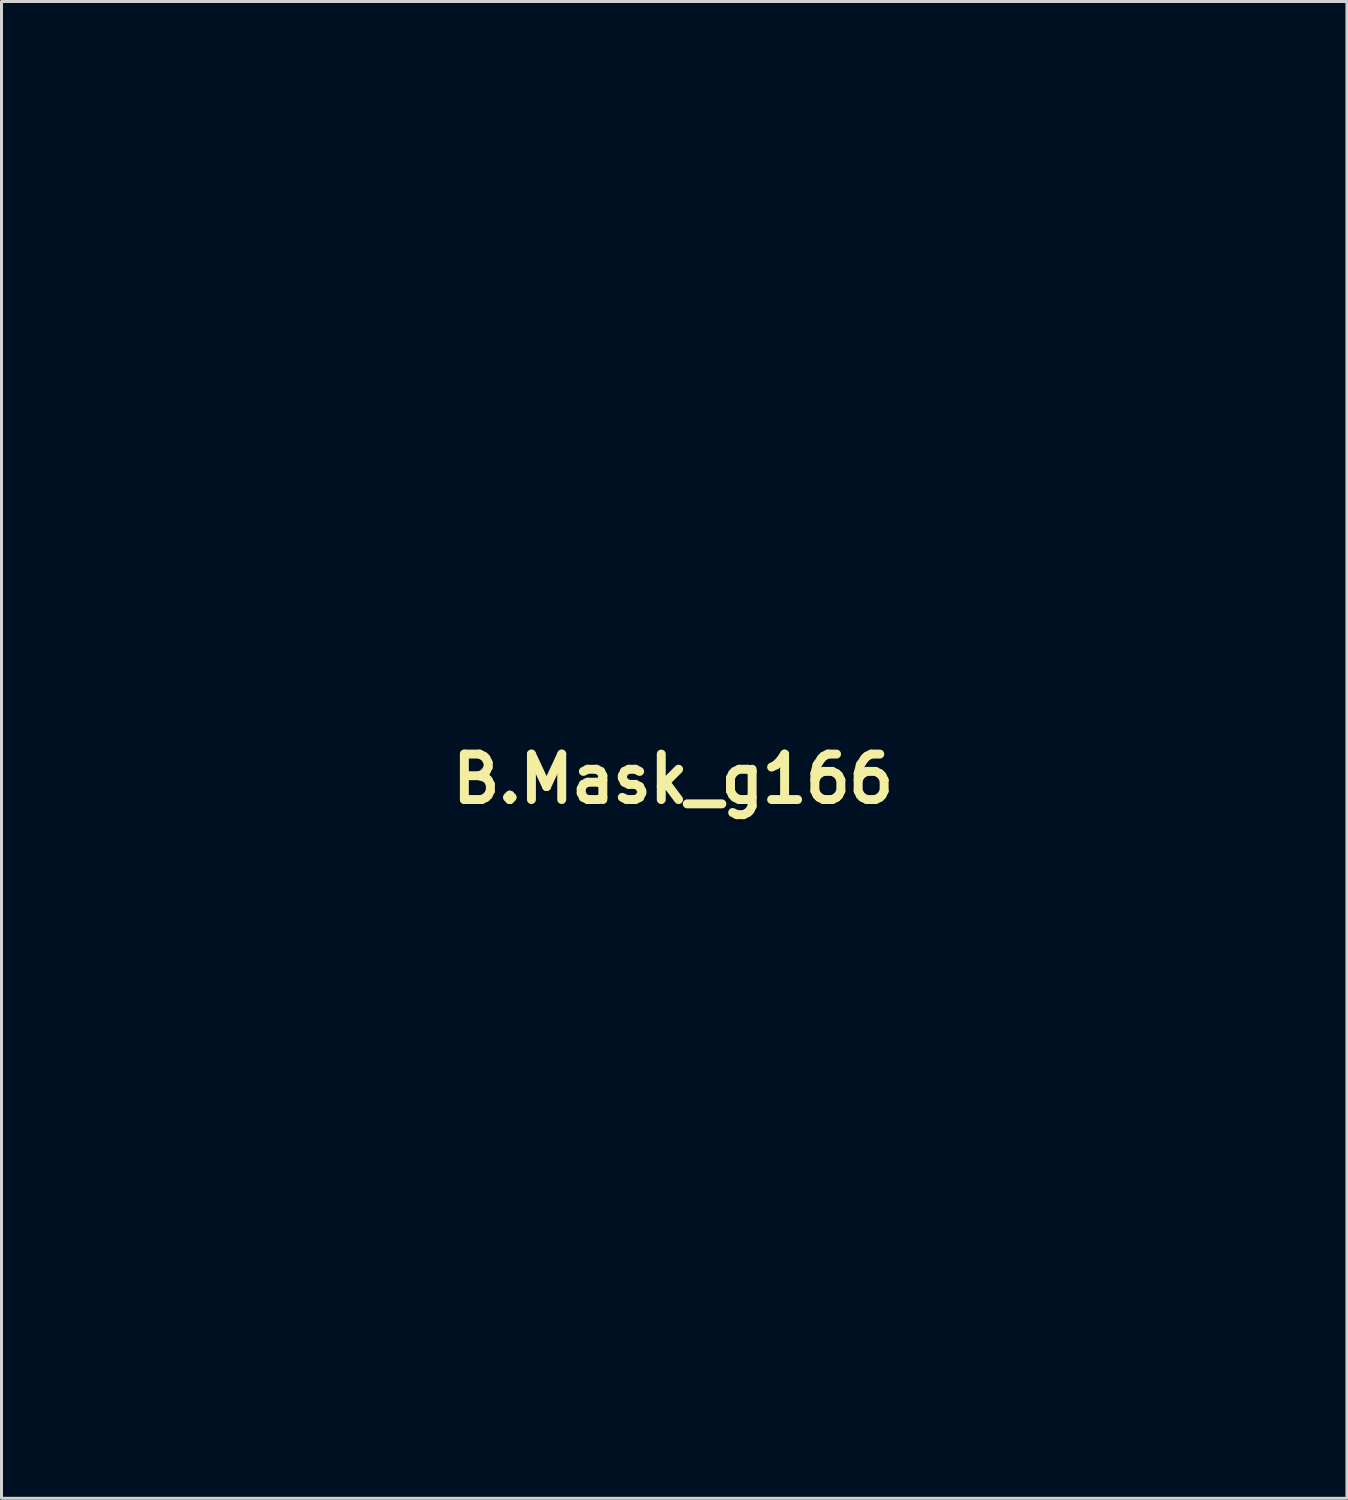
<source format=kicad_pcb>
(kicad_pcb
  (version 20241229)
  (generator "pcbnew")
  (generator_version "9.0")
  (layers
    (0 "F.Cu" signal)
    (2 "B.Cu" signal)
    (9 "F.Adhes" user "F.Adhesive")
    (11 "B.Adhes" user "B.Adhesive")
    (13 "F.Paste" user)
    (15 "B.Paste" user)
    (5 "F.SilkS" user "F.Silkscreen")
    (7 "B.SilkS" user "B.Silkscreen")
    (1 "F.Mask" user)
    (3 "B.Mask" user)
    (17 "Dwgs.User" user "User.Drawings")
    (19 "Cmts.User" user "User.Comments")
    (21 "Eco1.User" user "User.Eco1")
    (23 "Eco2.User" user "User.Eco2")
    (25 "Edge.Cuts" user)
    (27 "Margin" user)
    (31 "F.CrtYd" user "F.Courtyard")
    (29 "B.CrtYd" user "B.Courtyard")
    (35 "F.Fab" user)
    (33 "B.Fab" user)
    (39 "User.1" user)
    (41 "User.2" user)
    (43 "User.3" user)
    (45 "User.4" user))
  (footprint "B.Mask_g166"
    (layer "F.Cu")
    (at 19.528 23.077)
    (property "Reference" "B.Mask_g166" (at 0 0 0) (layer "F.SilkS") (effects (font (size 1.524 1.524) (thickness 0.3))))
    (attr through_hole)
    (fp_poly (pts (xy -2.523 3.422) (xy -2.449 3.468) (xy -2.349 3.549) (xy -2.477 3.6) (xy -2.623 3.646) (xy -2.766 3.672) (xy -2.883 3.675) (xy -2.953 3.655) (xy -2.963 3.634) (xy -2.94 3.557) (xy -2.897 3.481) (xy -2.799 3.407) (xy -2.665 3.387) (xy -2.523 3.422)) (stroke (width 0.01) (type solid)) (fill yes) (layer "B.Mask"))
    (fp_poly (pts (xy 6.83 -5.51) (xy 6.873 -5.42) (xy 6.876 -5.303) (xy 6.852 -5.222) (xy 6.781 -5.132) (xy 6.69 -5.085) (xy 6.607 -5.094) (xy 6.592 -5.106) (xy 6.559 -5.19) (xy 6.571 -5.306) (xy 6.616 -5.423) (xy 6.683 -5.513) (xy 6.755 -5.546) (xy 6.83 -5.51)) (stroke (width 0.01) (type solid)) (fill yes) (layer "B.Mask"))
    (fp_poly (pts (xy 1.514 -8.09) (xy 1.581 -7.995) (xy 1.607 -7.873) (xy 1.583 -7.744) (xy 1.52 -7.647) (xy 1.436 -7.591) (xy 1.349 -7.589) (xy 1.276 -7.651) (xy 1.271 -7.66) (xy 1.236 -7.787) (xy 1.246 -7.922) (xy 1.293 -8.04) (xy 1.371 -8.114) (xy 1.426 -8.128) (xy 1.514 -8.09)) (stroke (width 0.01) (type solid)) (fill yes) (layer "B.Mask"))
    (fp_poly (pts (xy 4.455 8.962) (xy 4.52 8.998) (xy 4.589 9.052) (xy 4.613 9.094) (xy 4.584 9.131) (xy 4.494 9.169) (xy 4.336 9.214) (xy 4.18 9.252) (xy 4.097 9.263) (xy 4.067 9.227) (xy 4.064 9.176) (xy 4.099 9.052) (xy 4.191 8.969) (xy 4.317 8.936) (xy 4.455 8.962)) (stroke (width 0.01) (type solid)) (fill yes) (layer "B.Mask"))
    (fp_poly (pts (xy 4.516 -8.102) (xy 4.59 -8.027) (xy 4.631 -7.951) (xy 4.644 -7.834) (xy 4.611 -7.725) (xy 4.547 -7.639) (xy 4.467 -7.59) (xy 4.386 -7.592) (xy 4.321 -7.657) (xy 4.278 -7.819) (xy 4.313 -7.979) (xy 4.358 -8.049) (xy 4.427 -8.116) (xy 4.488 -8.117) (xy 4.516 -8.102)) (stroke (width 0.01) (type solid)) (fill yes) (layer "B.Mask"))
    (fp_poly (pts (xy 4.911 -13.844) (xy 4.971 -13.78) (xy 5.005 -13.681) (xy 5.007 -13.562) (xy 4.969 -13.44) (xy 4.919 -13.367) (xy 4.845 -13.302) (xy 4.779 -13.311) (xy 4.723 -13.359) (xy 4.668 -13.466) (xy 4.66 -13.605) (xy 4.697 -13.738) (xy 4.74 -13.8) (xy 4.832 -13.856) (xy 4.911 -13.844)) (stroke (width 0.01) (type solid)) (fill yes) (layer "B.Mask"))
    (fp_poly (pts (xy 14.104 0.871) (xy 14.184 0.926) (xy 14.192 0.973) (xy 14.125 1.017) (xy 13.98 1.063) (xy 13.908 1.081) (xy 13.77 1.11) (xy 13.693 1.115) (xy 13.655 1.095) (xy 13.645 1.076) (xy 13.65 0.999) (xy 13.691 0.91) (xy 13.792 0.823) (xy 13.932 0.81) (xy 14.104 0.871)) (stroke (width 0.01) (type solid)) (fill yes) (layer "B.Mask"))
    (fp_poly (pts (xy 12.959 15.357) (xy 13.042 15.404) (xy 13.139 15.482) (xy 13.046 15.533) (xy 12.948 15.567) (xy 12.808 15.598) (xy 12.736 15.608) (xy 12.611 15.621) (xy 12.551 15.616) (xy 12.538 15.586) (xy 12.552 15.532) (xy 12.593 15.431) (xy 12.626 15.378) (xy 12.708 15.334) (xy 12.83 15.328) (xy 12.959 15.357)) (stroke (width 0.01) (type solid)) (fill yes) (layer "B.Mask"))
    (fp_poly (pts (xy -2.979 16.996) (xy -2.887 17.047) (xy -2.822 17.109) (xy -2.806 17.165) (xy -2.815 17.179) (xy -2.877 17.209) (xy -2.99 17.247) (xy -3.122 17.283) (xy -3.24 17.308) (xy -3.3 17.314) (xy -3.336 17.279) (xy -3.344 17.23) (xy -3.307 17.121) (xy -3.217 17.028) (xy -3.103 16.978) (xy -3.074 16.976) (xy -2.979 16.996)) (stroke (width 0.01) (type solid)) (fill yes) (layer "B.Mask"))
    (fp_poly (pts (xy -16.543 13.663) (xy -16.492 13.745) (xy -16.484 13.853) (xy -16.517 13.965) (xy -16.591 14.058) (xy -16.66 14.098) (xy -16.76 14.121) (xy -16.9 14.134) (xy -17.052 14.138) (xy -17.193 14.133) (xy -17.296 14.119) (xy -17.333 14.1) (xy -17.321 14.048) (xy -17.249 13.97) (xy -17.137 13.88) (xy -17.003 13.789) (xy -16.862 13.709) (xy -16.735 13.653) (xy -16.638 13.631) (xy -16.543 13.663)) (stroke (width 0.01) (type solid)) (fill yes) (layer "B.Mask"))
    (fp_poly (pts (xy 2.667 1.637) (xy 2.827 1.664) (xy 2.905 1.69) (xy 2.907 1.714) (xy 2.834 1.735) (xy 2.692 1.752) (xy 2.484 1.764) (xy 2.213 1.77) (xy 2.095 1.771) (xy 1.834 1.77) (xy 1.657 1.764) (xy 1.562 1.753) (xy 1.549 1.738) (xy 1.558 1.734) (xy 1.654 1.71) (xy 1.811 1.686) (xy 2.005 1.664) (xy 2.212 1.646) (xy 2.409 1.635) (xy 2.573 1.632) (xy 2.667 1.637)) (stroke (width 0.01) (type solid)) (fill yes) (layer "B.Mask"))
    (fp_poly (pts (xy -9.657 19.596) (xy -9.656 19.697) (xy -9.665 19.839) (xy -9.666 19.844) (xy -9.703 20.056) (xy -9.776 20.202) (xy -9.892 20.288) (xy -10.061 20.316) (xy -10.289 20.294) (xy -10.4 20.271) (xy -10.551 20.225) (xy -10.629 20.169) (xy -10.633 20.1) (xy -10.56 20.016) (xy -10.411 19.914) (xy -10.182 19.792) (xy -10.086 19.745) (xy -9.92 19.667) (xy -9.783 19.605) (xy -9.693 19.567) (xy -9.667 19.558) (xy -9.657 19.596)) (stroke (width 0.01) (type solid)) (fill yes) (layer "B.Mask"))
    (fp_poly (pts (xy 2.331 15.245) (xy 2.454 15.263) (xy 2.492 15.278) (xy 2.525 15.309) (xy 2.508 15.335) (xy 2.434 15.355) (xy 2.297 15.371) (xy 2.09 15.385) (xy 1.806 15.396) (xy 1.765 15.397) (xy 1.489 15.404) (xy 1.293 15.405) (xy 1.172 15.399) (xy 1.121 15.385) (xy 1.122 15.375) (xy 1.196 15.339) (xy 1.336 15.306) (xy 1.521 15.278) (xy 1.732 15.257) (xy 1.951 15.244) (xy 2.157 15.239) (xy 2.331 15.245)) (stroke (width 0.01) (type solid)) (fill yes) (layer "B.Mask"))
    (fp_poly (pts (xy 9.71 7.203) (xy 9.852 7.216) (xy 9.922 7.24) (xy 9.915 7.273) (xy 9.896 7.286) (xy 9.824 7.305) (xy 9.691 7.322) (xy 9.515 7.337) (xy 9.313 7.348) (xy 9.103 7.356) (xy 8.903 7.36) (xy 8.731 7.358) (xy 8.604 7.351) (xy 8.54 7.338) (xy 8.537 7.335) (xy 8.539 7.303) (xy 8.594 7.276) (xy 8.709 7.254) (xy 8.892 7.234) (xy 9.149 7.216) (xy 9.234 7.211) (xy 9.502 7.201) (xy 9.71 7.203)) (stroke (width 0.01) (type solid)) (fill yes) (layer "B.Mask"))
    (fp_poly (pts (xy 19.226 -0.926) (xy 19.364 -0.915) (xy 19.461 -0.899) (xy 19.507 -0.879) (xy 19.489 -0.855) (xy 19.42 -0.832) (xy 19.319 -0.817) (xy 19.161 -0.804) (xy 18.965 -0.794) (xy 18.754 -0.786) (xy 18.546 -0.783) (xy 18.363 -0.783) (xy 18.227 -0.789) (xy 18.161 -0.798) (xy 18.117 -0.818) (xy 18.13 -0.836) (xy 18.209 -0.858) (xy 18.334 -0.882) (xy 18.5 -0.905) (xy 18.685 -0.921) (xy 18.875 -0.929) (xy 19.059 -0.93) (xy 19.226 -0.926)) (stroke (width 0.01) (type solid)) (fill yes) (layer "B.Mask"))
    (fp_poly (pts (xy -2.247 11.587) (xy -2.256 11.699) (xy -2.279 11.841) (xy -2.311 11.985) (xy -2.347 12.107) (xy -2.381 12.178) (xy -2.384 12.181) (xy -2.472 12.226) (xy -2.611 12.254) (xy -2.769 12.261) (xy -2.879 12.249) (xy -3.084 12.201) (xy -3.207 12.146) (xy -3.252 12.082) (xy -3.221 12.006) (xy -3.186 11.969) (xy -3.114 11.919) (xy -2.993 11.851) (xy -2.841 11.773) (xy -2.677 11.693) (xy -2.518 11.62) (xy -2.383 11.564) (xy -2.29 11.531) (xy -2.258 11.529) (xy -2.247 11.587)) (stroke (width 0.01) (type solid)) (fill yes) (layer "B.Mask"))
    (fp_poly (pts (xy 7.317 3.431) (xy 7.323 3.526) (xy 7.323 3.543) (xy 7.31 3.71) (xy 7.275 3.871) (xy 7.227 3.999) (xy 7.185 4.055) (xy 7.064 4.106) (xy 6.882 4.123) (xy 6.657 4.102) (xy 6.647 4.101) (xy 6.505 4.067) (xy 6.392 4.024) (xy 6.35 3.997) (xy 6.314 3.945) (xy 6.333 3.898) (xy 6.392 3.845) (xy 6.484 3.783) (xy 6.628 3.7) (xy 6.799 3.608) (xy 6.974 3.52) (xy 7.128 3.45) (xy 7.228 3.411) (xy 7.29 3.399) (xy 7.317 3.431)) (stroke (width 0.01) (type solid)) (fill yes) (layer "B.Mask"))
    (fp_poly (pts (xy 18.104 13.591) (xy 18.262 13.597) (xy 18.371 13.61) (xy 18.415 13.628) (xy 18.415 13.629) (xy 18.378 13.663) (xy 18.288 13.69) (xy 18.277 13.691) (xy 18.132 13.708) (xy 17.939 13.721) (xy 17.723 13.73) (xy 17.506 13.735) (xy 17.311 13.735) (xy 17.163 13.729) (xy 17.103 13.722) (xy 17.025 13.705) (xy 17.005 13.691) (xy 17.05 13.675) (xy 17.169 13.648) (xy 17.205 13.641) (xy 17.341 13.62) (xy 17.517 13.605) (xy 17.714 13.595) (xy 17.916 13.59) (xy 18.104 13.591)) (stroke (width 0.01) (type solid)) (fill yes) (layer "B.Mask"))
    (fp_poly (pts (xy -9.282 6.006) (xy -9.275 6.101) (xy -9.283 6.231) (xy -9.304 6.371) (xy -9.336 6.498) (xy -9.374 6.584) (xy -9.421 6.642) (xy -9.483 6.673) (xy -9.584 6.685) (xy -9.706 6.685) (xy -9.872 6.676) (xy -10.025 6.658) (xy -10.105 6.642) (xy -10.228 6.591) (xy -10.271 6.53) (xy -10.236 6.45) (xy -10.218 6.429) (xy -10.152 6.379) (xy -10.032 6.307) (xy -9.877 6.223) (xy -9.708 6.137) (xy -9.546 6.059) (xy -9.41 6) (xy -9.322 5.971) (xy -9.308 5.969) (xy -9.282 6.006)) (stroke (width 0.01) (type solid)) (fill yes) (layer "B.Mask"))
    (fp_poly (pts (xy 6.254 17.881) (xy 6.255 17.926) (xy 6.245 18.033) (xy 6.227 18.177) (xy 6.226 18.18) (xy 6.189 18.382) (xy 6.135 18.513) (xy 6.052 18.587) (xy 5.924 18.619) (xy 5.783 18.623) (xy 5.616 18.614) (xy 5.461 18.595) (xy 5.384 18.579) (xy 5.287 18.538) (xy 5.255 18.482) (xy 5.257 18.445) (xy 5.281 18.395) (xy 5.346 18.337) (xy 5.462 18.264) (xy 5.64 18.168) (xy 5.756 18.11) (xy 5.938 18.02) (xy 6.092 17.948) (xy 6.201 17.899) (xy 6.252 17.881) (xy 6.254 17.881)) (stroke (width 0.01) (type solid)) (fill yes) (layer "B.Mask"))
    (fp_poly (pts (xy 6.933 -7.738) (xy 6.952 -7.72) (xy 6.967 -7.698) (xy 6.976 -7.66) (xy 6.98 -7.598) (xy 6.978 -7.501) (xy 6.97 -7.36) (xy 6.955 -7.164) (xy 6.935 -6.905) (xy 6.908 -6.571) (xy 6.906 -6.552) (xy 6.883 -6.332) (xy 6.855 -6.182) (xy 6.819 -6.087) (xy 6.795 -6.054) (xy 6.701 -5.98) (xy 6.628 -5.987) (xy 6.579 -6.074) (xy 6.577 -6.083) (xy 6.57 -6.17) (xy 6.571 -6.322) (xy 6.579 -6.52) (xy 6.594 -6.746) (xy 6.612 -6.981) (xy 6.633 -7.206) (xy 6.655 -7.402) (xy 6.677 -7.551) (xy 6.696 -7.628) (xy 6.764 -7.735) (xy 6.85 -7.772) (xy 6.933 -7.738)) (stroke (width 0.01) (type solid)) (fill yes) (layer "B.Mask"))
    (fp_poly (pts (xy -12.501 -19.362) (xy -12.265 -19.32) (xy -12.097 -19.255) (xy -11.991 -19.164) (xy -11.943 -19.047) (xy -11.939 -18.99) (xy -11.949 -18.881) (xy -11.97 -18.811) (xy -12.022 -18.791) (xy -12.147 -18.766) (xy -12.336 -18.737) (xy -12.579 -18.706) (xy -12.864 -18.675) (xy -12.878 -18.673) (xy -13.144 -18.645) (xy -13.385 -18.618) (xy -13.585 -18.594) (xy -13.732 -18.574) (xy -13.812 -18.56) (xy -13.82 -18.558) (xy -13.853 -18.557) (xy -13.873 -18.594) (xy -13.882 -18.685) (xy -13.885 -18.845) (xy -13.885 -18.868) (xy -13.883 -19.052) (xy -13.869 -19.184) (xy -13.831 -19.274) (xy -13.757 -19.329) (xy -13.634 -19.359) (xy -13.451 -19.374) (xy -13.196 -19.381) (xy -12.81 -19.382) (xy -12.501 -19.362)) (stroke (width 0.01) (type solid)) (fill yes) (layer "B.Mask"))
    (fp_poly (pts (xy 4.534 -7.203) (xy 4.552 -7.144) (xy 4.559 -7.061) (xy 4.564 -6.908) (xy 4.567 -6.701) (xy 4.567 -6.453) (xy 4.565 -6.181) (xy 4.564 -6.111) (xy 4.559 -5.81) (xy 4.553 -5.583) (xy 4.546 -5.416) (xy 4.535 -5.3) (xy 4.52 -5.221) (xy 4.5 -5.169) (xy 4.474 -5.131) (xy 4.47 -5.127) (xy 4.394 -5.055) (xy 4.34 -5.046) (xy 4.284 -5.088) (xy 4.266 -5.135) (xy 4.252 -5.239) (xy 4.243 -5.407) (xy 4.236 -5.644) (xy 4.234 -5.957) (xy 4.233 -6.116) (xy 4.234 -6.439) (xy 4.237 -6.688) (xy 4.243 -6.874) (xy 4.252 -7.007) (xy 4.265 -7.098) (xy 4.283 -7.158) (xy 4.299 -7.187) (xy 4.388 -7.27) (xy 4.472 -7.275) (xy 4.534 -7.203)) (stroke (width 0.01) (type solid)) (fill yes) (layer "B.Mask"))
    (fp_poly (pts (xy 4.852 -13.015) (xy 4.907 -12.926) (xy 4.932 -12.819) (xy 4.94 -12.719) (xy 4.945 -12.552) (xy 4.948 -12.334) (xy 4.948 -12.081) (xy 4.945 -11.811) (xy 4.945 -11.805) (xy 4.94 -11.516) (xy 4.934 -11.299) (xy 4.925 -11.143) (xy 4.913 -11.035) (xy 4.897 -10.963) (xy 4.874 -10.914) (xy 4.851 -10.884) (xy 4.751 -10.806) (xy 4.666 -10.805) (xy 4.643 -10.823) (xy 4.635 -10.872) (xy 4.628 -10.993) (xy 4.622 -11.175) (xy 4.617 -11.405) (xy 4.615 -11.671) (xy 4.614 -11.856) (xy 4.615 -12.176) (xy 4.617 -12.423) (xy 4.621 -12.607) (xy 4.629 -12.739) (xy 4.64 -12.831) (xy 4.656 -12.892) (xy 4.677 -12.935) (xy 4.692 -12.956) (xy 4.778 -13.026) (xy 4.852 -13.015)) (stroke (width 0.01) (type solid)) (fill yes) (layer "B.Mask"))
    (fp_poly (pts (xy 1.489 -7.233) (xy 1.498 -7.214) (xy 1.506 -7.154) (xy 1.512 -7.022) (xy 1.518 -6.832) (xy 1.522 -6.596) (xy 1.524 -6.328) (xy 1.524 -6.201) (xy 1.524 -5.894) (xy 1.522 -5.66) (xy 1.518 -5.488) (xy 1.511 -5.365) (xy 1.499 -5.281) (xy 1.482 -5.223) (xy 1.458 -5.18) (xy 1.427 -5.141) (xy 1.426 -5.141) (xy 1.358 -5.068) (xy 1.312 -5.055) (xy 1.261 -5.095) (xy 1.257 -5.099) (xy 1.234 -5.131) (xy 1.216 -5.18) (xy 1.203 -5.258) (xy 1.194 -5.376) (xy 1.189 -5.544) (xy 1.186 -5.773) (xy 1.185 -6.074) (xy 1.185 -6.132) (xy 1.186 -6.452) (xy 1.189 -6.699) (xy 1.195 -6.882) (xy 1.204 -7.013) (xy 1.218 -7.102) (xy 1.236 -7.16) (xy 1.251 -7.187) (xy 1.334 -7.261) (xy 1.422 -7.277) (xy 1.489 -7.233)) (stroke (width 0.01) (type solid)) (fill yes) (layer "B.Mask"))
    (fp_poly (pts (xy 2.209 -12.926) (xy 2.372 -12.852) (xy 2.463 -12.793) (xy 2.6 -12.668) (xy 2.654 -12.544) (xy 2.626 -12.415) (xy 2.607 -12.382) (xy 2.531 -12.301) (xy 2.441 -12.284) (xy 2.321 -12.333) (xy 2.241 -12.385) (xy 2.098 -12.458) (xy 1.969 -12.461) (xy 1.838 -12.391) (xy 1.718 -12.275) (xy 1.581 -12.073) (xy 1.509 -11.854) (xy 1.504 -11.637) (xy 1.571 -11.439) (xy 1.582 -11.421) (xy 1.663 -11.364) (xy 1.801 -11.343) (xy 1.975 -11.357) (xy 2.164 -11.405) (xy 2.283 -11.453) (xy 2.415 -11.507) (xy 2.521 -11.537) (xy 2.569 -11.539) (xy 2.608 -11.484) (xy 2.622 -11.383) (xy 2.61 -11.269) (xy 2.573 -11.176) (xy 2.57 -11.172) (xy 2.439 -11.06) (xy 2.242 -10.971) (xy 1.997 -10.911) (xy 1.793 -10.888) (xy 1.621 -10.881) (xy 1.513 -10.883) (xy 1.449 -10.9) (xy 1.407 -10.935) (xy 1.382 -10.97) (xy 1.243 -11.257) (xy 1.18 -11.569) (xy 1.193 -11.89) (xy 1.283 -12.205) (xy 1.304 -12.251) (xy 1.468 -12.54) (xy 1.65 -12.749) (xy 1.855 -12.881) (xy 1.884 -12.893) (xy 2.055 -12.938) (xy 2.209 -12.926)) (stroke (width 0.01) (type solid)) (fill yes) (layer "B.Mask"))
    (fp_poly (pts (xy 3.471 -18.634) (xy 3.652 -18.54) (xy 3.813 -18.404) (xy 3.899 -18.295) (xy 3.978 -18.15) (xy 4.014 -18.009) (xy 4.022 -17.857) (xy 3.986 -17.562) (xy 3.886 -17.271) (xy 3.747 -17.036) (xy 3.587 -16.874) (xy 3.392 -16.75) (xy 3.181 -16.669) (xy 2.972 -16.636) (xy 2.784 -16.658) (xy 2.655 -16.722) (xy 2.544 -16.859) (xy 2.473 -17.054) (xy 2.44 -17.288) (xy 2.446 -17.545) (xy 2.752 -17.545) (xy 2.774 -17.359) (xy 2.835 -17.21) (xy 2.925 -17.11) (xy 3.032 -17.075) (xy 3.083 -17.084) (xy 3.179 -17.102) (xy 3.198 -17.103) (xy 3.273 -17.133) (xy 3.377 -17.21) (xy 3.487 -17.314) (xy 3.58 -17.423) (xy 3.622 -17.488) (xy 3.682 -17.679) (xy 3.667 -17.859) (xy 3.578 -18.012) (xy 3.557 -18.033) (xy 3.398 -18.143) (xy 3.239 -18.171) (xy 3.079 -18.124) (xy 2.959 -18.026) (xy 2.853 -17.875) (xy 2.778 -17.701) (xy 2.752 -17.545) (xy 2.446 -17.545) (xy 2.446 -17.546) (xy 2.488 -17.81) (xy 2.568 -18.062) (xy 2.683 -18.286) (xy 2.711 -18.326) (xy 2.854 -18.475) (xy 3.033 -18.592) (xy 3.217 -18.659) (xy 3.299 -18.668) (xy 3.471 -18.634)) (stroke (width 0.01) (type solid)) (fill yes) (layer "B.Mask"))
    (fp_poly (pts (xy 0.856 -18.7) (xy 0.918 -18.583) (xy 0.987 -18.396) (xy 1.07 -18.133) (xy 1.077 -18.109) (xy 1.139 -17.914) (xy 1.204 -17.723) (xy 1.261 -17.569) (xy 1.274 -17.538) (xy 1.36 -17.336) (xy 1.53 -17.696) (xy 1.621 -17.893) (xy 1.714 -18.097) (xy 1.79 -18.271) (xy 1.807 -18.309) (xy 1.91 -18.525) (xy 2.004 -18.659) (xy 2.089 -18.712) (xy 2.162 -18.681) (xy 2.207 -18.611) (xy 2.23 -18.511) (xy 2.201 -18.396) (xy 2.189 -18.367) (xy 2.15 -18.282) (xy 2.084 -18.135) (xy 1.998 -17.943) (xy 1.899 -17.723) (xy 1.821 -17.551) (xy 1.705 -17.289) (xy 1.588 -17.015) (xy 1.475 -16.741) (xy 1.371 -16.481) (xy 1.281 -16.247) (xy 1.209 -16.051) (xy 1.162 -15.907) (xy 1.143 -15.826) (xy 1.143 -15.823) (xy 1.116 -15.735) (xy 1.052 -15.644) (xy 0.978 -15.586) (xy 0.949 -15.579) (xy 0.889 -15.614) (xy 0.847 -15.683) (xy 0.834 -15.814) (xy 0.869 -16.015) (xy 0.951 -16.283) (xy 1.035 -16.507) (xy 1.142 -16.778) (xy 1.012 -17.142) (xy 0.879 -17.517) (xy 0.776 -17.822) (xy 0.699 -18.065) (xy 0.648 -18.256) (xy 0.621 -18.403) (xy 0.615 -18.515) (xy 0.629 -18.6) (xy 0.661 -18.667) (xy 0.683 -18.697) (xy 0.743 -18.751) (xy 0.8 -18.754) (xy 0.856 -18.7)) (stroke (width 0.01) (type solid)) (fill yes) (layer "B.Mask"))
    (fp_poly (pts (xy 0.939 -12.991) (xy 0.948 -12.972) (xy 0.96 -12.895) (xy 0.969 -12.751) (xy 0.974 -12.553) (xy 0.977 -12.319) (xy 0.976 -12.062) (xy 0.972 -11.799) (xy 0.965 -11.545) (xy 0.957 -11.314) (xy 0.946 -11.123) (xy 0.933 -10.987) (xy 0.919 -10.922) (xy 0.843 -10.837) (xy 0.752 -10.823) (xy 0.672 -10.879) (xy 0.656 -10.907) (xy 0.611 -10.997) (xy 0.494 -10.896) (xy 0.343 -10.818) (xy 0.153 -10.792) (xy -0.051 -10.819) (xy -0.229 -10.891) (xy -0.372 -10.995) (xy -0.472 -11.126) (xy -0.534 -11.299) (xy -0.563 -11.528) (xy -0.568 -11.748) (xy -0.56 -11.996) (xy -0.535 -12.201) (xy -0.488 -12.402) (xy -0.451 -12.524) (xy -0.38 -12.74) (xy -0.324 -12.886) (xy -0.278 -12.976) (xy -0.234 -13.021) (xy -0.184 -13.033) (xy -0.156 -13.031) (xy -0.08 -12.982) (xy -0.05 -12.869) (xy -0.067 -12.698) (xy -0.129 -12.477) (xy -0.13 -12.476) (xy -0.197 -12.237) (xy -0.237 -11.992) (xy -0.247 -11.764) (xy -0.227 -11.576) (xy -0.195 -11.481) (xy -0.102 -11.351) (xy 0.022 -11.282) (xy 0.2 -11.261) (xy 0.206 -11.261) (xy 0.38 -11.292) (xy 0.505 -11.37) (xy 0.635 -11.48) (xy 0.635 -12.165) (xy 0.637 -12.436) (xy 0.642 -12.635) (xy 0.652 -12.775) (xy 0.668 -12.869) (xy 0.692 -12.93) (xy 0.701 -12.945) (xy 0.784 -13.018) (xy 0.872 -13.035) (xy 0.939 -12.991)) (stroke (width 0.01) (type solid)) (fill yes) (layer "B.Mask"))
    (fp_poly (pts (xy 4.711 -18.784) (xy 4.779 -18.715) (xy 4.794 -18.582) (xy 4.762 -18.413) (xy 4.721 -18.263) (xy 4.671 -18.081) (xy 4.641 -17.972) (xy 4.581 -17.669) (xy 4.581 -17.422) (xy 4.643 -17.226) (xy 4.667 -17.186) (xy 4.801 -17.054) (xy 4.965 -16.997) (xy 5.15 -17.015) (xy 5.342 -17.11) (xy 5.345 -17.112) (xy 5.461 -17.193) (xy 5.461 -17.866) (xy 5.464 -18.152) (xy 5.474 -18.383) (xy 5.489 -18.55) (xy 5.509 -18.643) (xy 5.51 -18.645) (xy 5.577 -18.737) (xy 5.662 -18.783) (xy 5.738 -18.772) (xy 5.762 -18.748) (xy 5.772 -18.69) (xy 5.782 -18.561) (xy 5.789 -18.373) (xy 5.795 -18.138) (xy 5.798 -17.869) (xy 5.799 -17.712) (xy 5.799 -17.398) (xy 5.797 -17.157) (xy 5.793 -16.978) (xy 5.786 -16.85) (xy 5.775 -16.761) (xy 5.758 -16.699) (xy 5.736 -16.655) (xy 5.713 -16.623) (xy 5.623 -16.547) (xy 5.543 -16.55) (xy 5.485 -16.63) (xy 5.481 -16.64) (xy 5.459 -16.692) (xy 5.425 -16.694) (xy 5.351 -16.646) (xy 5.342 -16.64) (xy 5.159 -16.557) (xy 4.945 -16.532) (xy 4.731 -16.569) (xy 4.72 -16.572) (xy 4.516 -16.687) (xy 4.369 -16.862) (xy 4.279 -17.098) (xy 4.247 -17.391) (xy 4.272 -17.74) (xy 4.356 -18.143) (xy 4.39 -18.267) (xy 4.473 -18.517) (xy 4.552 -18.685) (xy 4.629 -18.774) (xy 4.706 -18.786) (xy 4.711 -18.784)) (stroke (width 0.01) (type solid)) (fill yes) (layer "B.Mask"))
    (fp_poly (pts (xy 5.523 -7.902) (xy 5.558 -7.868) (xy 5.578 -7.79) (xy 5.587 -7.652) (xy 5.588 -7.559) (xy 5.588 -7.241) (xy 5.715 -7.261) (xy 5.855 -7.283) (xy 5.963 -7.3) (xy 6.09 -7.292) (xy 6.162 -7.22) (xy 6.181 -7.112) (xy 6.157 -6.979) (xy 6.078 -6.89) (xy 5.933 -6.838) (xy 5.84 -6.823) (xy 5.609 -6.795) (xy 5.582 -6.54) (xy 5.563 -6.324) (xy 5.553 -6.11) (xy 5.551 -5.919) (xy 5.558 -5.773) (xy 5.571 -5.697) (xy 5.611 -5.657) (xy 5.701 -5.636) (xy 5.844 -5.63) (xy 5.981 -5.637) (xy 6.082 -5.654) (xy 6.117 -5.673) (xy 6.177 -5.708) (xy 6.225 -5.715) (xy 6.3 -5.682) (xy 6.335 -5.599) (xy 6.331 -5.488) (xy 6.291 -5.371) (xy 6.217 -5.27) (xy 6.172 -5.235) (xy 6.046 -5.186) (xy 5.872 -5.155) (xy 5.685 -5.146) (xy 5.521 -5.162) (xy 5.51 -5.164) (xy 5.401 -5.2) (xy 5.328 -5.239) (xy 5.325 -5.241) (xy 5.274 -5.342) (xy 5.241 -5.522) (xy 5.227 -5.776) (xy 5.231 -6.102) (xy 5.235 -6.189) (xy 5.261 -6.726) (xy 5.075 -6.739) (xy 4.96 -6.751) (xy 4.904 -6.781) (xy 4.882 -6.849) (xy 4.877 -6.906) (xy 4.894 -7.06) (xy 4.972 -7.159) (xy 5.107 -7.196) (xy 5.12 -7.197) (xy 5.182 -7.201) (xy 5.22 -7.226) (xy 5.243 -7.29) (xy 5.259 -7.412) (xy 5.267 -7.488) (xy 5.304 -7.697) (xy 5.364 -7.838) (xy 5.443 -7.905) (xy 5.523 -7.902)) (stroke (width 0.01) (type solid)) (fill yes) (layer "B.Mask"))
    (fp_poly (pts (xy -1.221 -13.844) (xy -1.16 -13.822) (xy -1.001 -13.737) (xy -0.923 -13.629) (xy -0.92 -13.49) (xy -0.951 -13.396) (xy -1.014 -13.285) (xy -1.085 -13.255) (xy -1.173 -13.301) (xy -1.182 -13.309) (xy -1.271 -13.36) (xy -1.382 -13.396) (xy -1.514 -13.424) (xy -1.562 -13.154) (xy -1.586 -13.011) (xy -1.603 -12.902) (xy -1.609 -12.855) (xy -1.57 -12.842) (xy -1.466 -12.833) (xy -1.316 -12.827) (xy -1.257 -12.827) (xy -1.054 -12.821) (xy -0.921 -12.8) (xy -0.844 -12.757) (xy -0.81 -12.685) (xy -0.804 -12.613) (xy -0.825 -12.5) (xy -0.893 -12.424) (xy -1.02 -12.38) (xy -1.215 -12.362) (xy -1.287 -12.361) (xy -1.616 -12.361) (xy -1.602 -11.645) (xy -1.598 -11.38) (xy -1.598 -11.187) (xy -1.602 -11.051) (xy -1.613 -10.959) (xy -1.63 -10.899) (xy -1.656 -10.857) (xy -1.669 -10.841) (xy -1.748 -10.768) (xy -1.805 -10.763) (xy -1.859 -10.811) (xy -1.879 -10.876) (xy -1.898 -11.015) (xy -1.916 -11.22) (xy -1.932 -11.479) (xy -1.938 -11.605) (xy -1.968 -12.34) (xy -2.138 -12.361) (xy -2.248 -12.382) (xy -2.299 -12.421) (xy -2.319 -12.504) (xy -2.321 -12.524) (xy -2.302 -12.675) (xy -2.221 -12.781) (xy -2.091 -12.826) (xy -2.069 -12.827) (xy -2.014 -12.828) (xy -1.976 -12.84) (xy -1.949 -12.877) (xy -1.925 -12.954) (xy -1.898 -13.086) (xy -1.864 -13.285) (xy -1.861 -13.298) (xy -1.797 -13.559) (xy -1.704 -13.74) (xy -1.58 -13.847) (xy -1.42 -13.88) (xy -1.221 -13.844)) (stroke (width 0.01) (type solid)) (fill yes) (layer "B.Mask"))
    (fp_poly (pts (xy 5.532 -13.019) (xy 5.575 -12.931) (xy 5.588 -12.786) (xy 5.591 -12.665) (xy 5.599 -12.588) (xy 5.605 -12.573) (xy 5.648 -12.59) (xy 5.749 -12.634) (xy 5.887 -12.698) (xy 5.933 -12.72) (xy 6.202 -12.835) (xy 6.414 -12.894) (xy 6.573 -12.896) (xy 6.688 -12.838) (xy 6.765 -12.719) (xy 6.812 -12.536) (xy 6.821 -12.463) (xy 6.839 -12.254) (xy 6.85 -12.015) (xy 6.854 -11.764) (xy 6.853 -11.52) (xy 6.846 -11.301) (xy 6.832 -11.128) (xy 6.813 -11.018) (xy 6.811 -11.012) (xy 6.748 -10.893) (xy 6.669 -10.829) (xy 6.591 -10.831) (xy 6.568 -10.848) (xy 6.545 -10.916) (xy 6.53 -11.068) (xy 6.521 -11.302) (xy 6.519 -11.513) (xy 6.517 -11.747) (xy 6.512 -11.965) (xy 6.504 -12.145) (xy 6.495 -12.267) (xy 6.492 -12.289) (xy 6.47 -12.393) (xy 6.434 -12.432) (xy 6.361 -12.428) (xy 6.334 -12.423) (xy 6.176 -12.376) (xy 5.992 -12.3) (xy 5.815 -12.211) (xy 5.683 -12.125) (xy 5.675 -12.119) (xy 5.632 -12.079) (xy 5.602 -12.03) (xy 5.583 -11.958) (xy 5.57 -11.846) (xy 5.562 -11.676) (xy 5.557 -11.51) (xy 5.549 -11.299) (xy 5.54 -11.113) (xy 5.531 -10.97) (xy 5.522 -10.892) (xy 5.522 -10.891) (xy 5.474 -10.8) (xy 5.394 -10.743) (xy 5.313 -10.741) (xy 5.303 -10.745) (xy 5.273 -10.775) (xy 5.25 -10.829) (xy 5.234 -10.915) (xy 5.225 -11.043) (xy 5.223 -11.224) (xy 5.226 -11.465) (xy 5.235 -11.779) (xy 5.239 -11.926) (xy 5.25 -12.233) (xy 5.26 -12.467) (xy 5.27 -12.639) (xy 5.282 -12.76) (xy 5.297 -12.843) (xy 5.316 -12.898) (xy 5.342 -12.937) (xy 5.362 -12.959) (xy 5.46 -13.028) (xy 5.532 -13.019)) (stroke (width 0.01) (type solid)) (fill yes) (layer "B.Mask"))
    (fp_poly (pts (xy 0.953 -8.191) (xy 0.964 -6.731) (xy 0.967 -6.317) (xy 0.967 -5.98) (xy 0.965 -5.711) (xy 0.959 -5.502) (xy 0.949 -5.345) (xy 0.934 -5.233) (xy 0.913 -5.156) (xy 0.887 -5.107) (xy 0.853 -5.078) (xy 0.826 -5.065) (xy 0.748 -5.066) (xy 0.732 -5.073) (xy 0.686 -5.133) (xy 0.66 -5.193) (xy 0.635 -5.252) (xy 0.593 -5.263) (xy 0.506 -5.233) (xy 0.488 -5.226) (xy 0.339 -5.18) (xy 0.156 -5.146) (xy -0.029 -5.128) (xy -0.179 -5.13) (xy -0.222 -5.137) (xy -0.318 -5.201) (xy -0.421 -5.343) (xy -0.445 -5.384) (xy -0.512 -5.522) (xy -0.549 -5.65) (xy -0.565 -5.804) (xy -0.568 -5.925) (xy -0.564 -6.046) (xy -0.244 -6.046) (xy -0.233 -5.854) (xy -0.165 -5.695) (xy -0.141 -5.665) (xy -0.082 -5.615) (xy -0.007 -5.595) (xy 0.114 -5.6) (xy 0.162 -5.605) (xy 0.318 -5.633) (xy 0.459 -5.674) (xy 0.512 -5.696) (xy 0.569 -5.729) (xy 0.606 -5.767) (xy 0.625 -5.829) (xy 0.633 -5.934) (xy 0.635 -6.1) (xy 0.635 -6.15) (xy 0.634 -6.54) (xy 0.495 -6.636) (xy 0.346 -6.713) (xy 0.216 -6.718) (xy 0.082 -6.649) (xy 0.025 -6.602) (xy -0.111 -6.441) (xy -0.202 -6.249) (xy -0.244 -6.046) (xy -0.564 -6.046) (xy -0.563 -6.116) (xy -0.539 -6.266) (xy -0.487 -6.416) (xy -0.438 -6.523) (xy -0.29 -6.782) (xy -0.119 -6.984) (xy 0.066 -7.124) (xy 0.255 -7.196) (xy 0.441 -7.195) (xy 0.553 -7.153) (xy 0.59 -7.138) (xy 0.614 -7.148) (xy 0.627 -7.199) (xy 0.633 -7.303) (xy 0.635 -7.475) (xy 0.635 -7.536) (xy 0.645 -7.815) (xy 0.675 -8.017) (xy 0.727 -8.144) (xy 0.802 -8.202) (xy 0.86 -8.205) (xy 0.953 -8.191)) (stroke (width 0.01) (type solid)) (fill yes) (layer "B.Mask"))
    (fp_poly (pts (xy 3.315 -8.199) (xy 3.361 -8.146) (xy 3.37 -8.081) (xy 3.376 -7.944) (xy 3.381 -7.747) (xy 3.385 -7.504) (xy 3.386 -7.225) (xy 3.387 -6.925) (xy 3.386 -6.615) (xy 3.383 -6.308) (xy 3.379 -6.017) (xy 3.374 -5.754) (xy 3.367 -5.531) (xy 3.36 -5.361) (xy 3.351 -5.257) (xy 3.346 -5.233) (xy 3.282 -5.13) (xy 3.198 -5.072) (xy 3.118 -5.075) (xy 3.097 -5.09) (xy 3.053 -5.174) (xy 3.048 -5.211) (xy 3.041 -5.252) (xy 3.005 -5.26) (xy 2.919 -5.236) (xy 2.868 -5.219) (xy 2.68 -5.168) (xy 2.481 -5.138) (xy 2.299 -5.13) (xy 2.159 -5.148) (xy 2.12 -5.163) (xy 2.051 -5.228) (xy 1.971 -5.344) (xy 1.917 -5.448) (xy 1.834 -5.728) (xy 1.823 -6.029) (xy 1.825 -6.039) (xy 2.158 -6.039) (xy 2.166 -5.848) (xy 2.217 -5.695) (xy 2.229 -5.677) (xy 2.279 -5.619) (xy 2.342 -5.594) (xy 2.446 -5.594) (xy 2.522 -5.601) (xy 2.686 -5.629) (xy 2.842 -5.673) (xy 2.897 -5.695) (xy 3.048 -5.767) (xy 3.048 -6.515) (xy 2.906 -6.623) (xy 2.801 -6.691) (xy 2.711 -6.729) (xy 2.693 -6.731) (xy 2.548 -6.693) (xy 2.402 -6.59) (xy 2.277 -6.437) (xy 2.266 -6.42) (xy 2.192 -6.24) (xy 2.158 -6.039) (xy 1.825 -6.039) (xy 1.882 -6.337) (xy 2.008 -6.636) (xy 2.196 -6.909) (xy 2.208 -6.922) (xy 2.316 -7.029) (xy 2.427 -7.116) (xy 2.46 -7.135) (xy 2.611 -7.183) (xy 2.783 -7.194) (xy 2.934 -7.167) (xy 2.966 -7.153) (xy 3.001 -7.138) (xy 3.025 -7.148) (xy 3.039 -7.195) (xy 3.045 -7.292) (xy 3.048 -7.453) (xy 3.048 -7.591) (xy 3.05 -7.806) (xy 3.057 -7.952) (xy 3.071 -8.047) (xy 3.095 -8.107) (xy 3.125 -8.143) (xy 3.228 -8.204) (xy 3.315 -8.199)) (stroke (width 0.01) (type solid)) (fill yes) (layer "B.Mask"))
    (fp_poly (pts (xy 8.665 -12.932) (xy 8.695 -12.887) (xy 8.705 -12.817) (xy 8.712 -12.677) (xy 8.716 -12.481) (xy 8.718 -12.244) (xy 8.716 -11.98) (xy 8.712 -11.703) (xy 8.706 -11.429) (xy 8.697 -11.17) (xy 8.686 -10.942) (xy 8.682 -10.873) (xy 8.657 -10.598) (xy 8.62 -10.392) (xy 8.565 -10.24) (xy 8.486 -10.128) (xy 8.375 -10.041) (xy 8.316 -10.006) (xy 8.175 -9.947) (xy 8.013 -9.903) (xy 7.862 -9.882) (xy 7.768 -9.888) (xy 7.701 -9.902) (xy 7.591 -9.921) (xy 7.574 -9.924) (xy 7.405 -9.982) (xy 7.293 -10.08) (xy 7.245 -10.205) (xy 7.27 -10.342) (xy 7.318 -10.417) (xy 7.372 -10.477) (xy 7.423 -10.491) (xy 7.502 -10.464) (xy 7.55 -10.441) (xy 7.683 -10.398) (xy 7.851 -10.371) (xy 7.939 -10.366) (xy 8.129 -10.379) (xy 8.252 -10.431) (xy 8.318 -10.532) (xy 8.34 -10.693) (xy 8.34 -10.712) (xy 8.34 -10.912) (xy 8.181 -10.855) (xy 8.014 -10.817) (xy 7.812 -10.799) (xy 7.612 -10.804) (xy 7.448 -10.831) (xy 7.422 -10.84) (xy 7.236 -10.951) (xy 7.113 -11.119) (xy 7.052 -11.345) (xy 7.052 -11.538) (xy 7.376 -11.538) (xy 7.404 -11.419) (xy 7.478 -11.339) (xy 7.555 -11.298) (xy 7.656 -11.279) (xy 7.808 -11.275) (xy 7.982 -11.286) (xy 8.146 -11.308) (xy 8.266 -11.34) (xy 8.382 -11.386) (xy 8.382 -12.353) (xy 8.249 -12.4) (xy 8.016 -12.447) (xy 7.811 -12.418) (xy 7.66 -12.332) (xy 7.54 -12.204) (xy 7.458 -12.046) (xy 7.404 -11.837) (xy 7.386 -11.715) (xy 7.376 -11.538) (xy 7.052 -11.538) (xy 7.052 -11.629) (xy 7.085 -11.836) (xy 7.185 -12.198) (xy 7.322 -12.487) (xy 7.496 -12.701) (xy 7.706 -12.839) (xy 7.947 -12.901) (xy 8.108 -12.904) (xy 8.264 -12.887) (xy 8.307 -12.878) (xy 8.422 -12.856) (xy 8.489 -12.872) (xy 8.512 -12.894) (xy 8.592 -12.949) (xy 8.665 -12.932)) (stroke (width 0.01) (type solid)) (fill yes) (layer "B.Mask"))
    (fp_poly (pts (xy 3.132 -13.894) (xy 3.149 -13.849) (xy 3.161 -13.769) (xy 3.168 -13.641) (xy 3.173 -13.457) (xy 3.175 -13.204) (xy 3.175 -13.019) (xy 3.177 -12.758) (xy 3.181 -12.528) (xy 3.189 -12.343) (xy 3.198 -12.213) (xy 3.209 -12.153) (xy 3.212 -12.15) (xy 3.254 -12.179) (xy 3.34 -12.258) (xy 3.46 -12.376) (xy 3.6 -12.52) (xy 3.61 -12.531) (xy 3.797 -12.719) (xy 3.939 -12.842) (xy 4.043 -12.903) (xy 4.114 -12.904) (xy 4.16 -12.85) (xy 4.172 -12.81) (xy 4.165 -12.668) (xy 4.076 -12.501) (xy 3.907 -12.309) (xy 3.898 -12.3) (xy 3.804 -12.203) (xy 3.741 -12.127) (xy 3.725 -12.098) (xy 3.749 -12.052) (xy 3.816 -11.954) (xy 3.914 -11.815) (xy 4.036 -11.65) (xy 4.064 -11.613) (xy 4.19 -11.438) (xy 4.295 -11.281) (xy 4.369 -11.157) (xy 4.402 -11.08) (xy 4.403 -11.073) (xy 4.379 -10.97) (xy 4.321 -10.87) (xy 4.25 -10.805) (xy 4.217 -10.795) (xy 4.153 -10.824) (xy 4.078 -10.89) (xy 4.017 -10.964) (xy 3.921 -11.087) (xy 3.805 -11.239) (xy 3.725 -11.345) (xy 3.612 -11.497) (xy 3.516 -11.625) (xy 3.45 -11.712) (xy 3.427 -11.741) (xy 3.374 -11.745) (xy 3.289 -11.707) (xy 3.285 -11.704) (xy 3.229 -11.661) (xy 3.196 -11.609) (xy 3.18 -11.525) (xy 3.175 -11.389) (xy 3.175 -11.306) (xy 3.164 -11.081) (xy 3.129 -10.932) (xy 3.069 -10.855) (xy 2.982 -10.844) (xy 2.96 -10.851) (xy 2.942 -10.869) (xy 2.928 -10.907) (xy 2.917 -10.972) (xy 2.909 -11.073) (xy 2.903 -11.219) (xy 2.898 -11.418) (xy 2.894 -11.678) (xy 2.891 -12.007) (xy 2.889 -12.323) (xy 2.886 -12.714) (xy 2.884 -13.029) (xy 2.884 -13.277) (xy 2.887 -13.466) (xy 2.891 -13.606) (xy 2.899 -13.705) (xy 2.91 -13.772) (xy 2.924 -13.815) (xy 2.943 -13.844) (xy 2.961 -13.862) (xy 3.046 -13.911) (xy 3.11 -13.913) (xy 3.132 -13.894)) (stroke (width 0.01) (type solid)) (fill yes) (layer "B.Mask"))
    (fp_poly (pts (xy -8.987 -23.034) (xy -8.926 -22.928) (xy -8.845 -22.765) (xy -8.751 -22.558) (xy -8.648 -22.318) (xy -8.54 -22.056) (xy -8.433 -21.784) (xy -8.332 -21.514) (xy -8.24 -21.258) (xy -8.164 -21.026) (xy -8.135 -20.931) (xy -8.059 -20.639) (xy -7.985 -20.302) (xy -7.917 -19.94) (xy -7.859 -19.575) (xy -7.813 -19.229) (xy -7.784 -18.922) (xy -7.774 -18.69) (xy -7.777 -18.392) (xy -7.787 -18.108) (xy -7.801 -17.85) (xy -7.82 -17.631) (xy -7.841 -17.461) (xy -7.865 -17.353) (xy -7.889 -17.319) (xy -7.947 -17.336) (xy -8.064 -17.378) (xy -8.219 -17.438) (xy -8.319 -17.477) (xy -8.521 -17.566) (xy -8.761 -17.682) (xy -9.002 -17.805) (xy -9.14 -17.881) (xy -9.437 -18.041) (xy -9.681 -18.151) (xy -9.884 -18.218) (xy -10.059 -18.245) (xy -10.1 -18.246) (xy -10.287 -18.264) (xy -10.402 -18.321) (xy -10.453 -18.42) (xy -10.456 -18.467) (xy -10.432 -18.678) (xy -10.357 -18.898) (xy -10.223 -19.143) (xy -10.154 -19.249) (xy -9.946 -19.558) (xy -10.071 -19.558) (xy -10.143 -19.546) (xy -10.22 -19.503) (xy -10.317 -19.417) (xy -10.448 -19.276) (xy -10.464 -19.258) (xy -10.585 -19.131) (xy -10.732 -18.991) (xy -10.888 -18.852) (xy -11.039 -18.725) (xy -11.171 -18.623) (xy -11.268 -18.558) (xy -11.309 -18.542) (xy -11.33 -18.58) (xy -11.357 -18.679) (xy -11.382 -18.802) (xy -11.417 -18.956) (xy -11.46 -19.087) (xy -11.492 -19.151) (xy -11.57 -19.259) (xy -11.624 -19.334) (xy -11.681 -19.442) (xy -11.725 -19.573) (xy -11.726 -19.577) (xy -11.735 -19.637) (xy -11.731 -19.698) (xy -11.707 -19.774) (xy -11.658 -19.876) (xy -11.578 -20.019) (xy -11.462 -20.214) (xy -11.391 -20.33) (xy -11.09 -20.818) (xy -10.82 -21.239) (xy -10.577 -21.599) (xy -10.355 -21.905) (xy -10.148 -22.167) (xy -9.951 -22.39) (xy -9.757 -22.583) (xy -9.596 -22.725) (xy -9.442 -22.844) (xy -9.286 -22.949) (xy -9.147 -23.028) (xy -9.046 -23.069) (xy -9.025 -23.072) (xy -8.987 -23.034)) (stroke (width 0.01) (type solid)) (fill yes) (layer "B.Mask"))
    (fp_poly (pts (xy -17.016 -22.744) (xy -16.858 -22.639) (xy -16.659 -22.487) (xy -16.423 -22.29) (xy -16.156 -22.054) (xy -15.864 -21.782) (xy -15.551 -21.48) (xy -15.449 -21.379) (xy -15.192 -21.12) (xy -14.99 -20.906) (xy -14.833 -20.727) (xy -14.714 -20.569) (xy -14.624 -20.421) (xy -14.554 -20.272) (xy -14.498 -20.109) (xy -14.456 -19.96) (xy -14.409 -19.734) (xy -14.376 -19.49) (xy -14.36 -19.252) (xy -14.362 -19.044) (xy -14.384 -18.89) (xy -14.389 -18.873) (xy -14.477 -18.729) (xy -14.618 -18.644) (xy -14.731 -18.627) (xy -14.8 -18.654) (xy -14.906 -18.726) (xy -15.029 -18.827) (xy -15.037 -18.834) (xy -15.158 -18.935) (xy -15.314 -19.053) (xy -15.488 -19.176) (xy -15.666 -19.294) (xy -15.831 -19.396) (xy -15.966 -19.473) (xy -16.056 -19.512) (xy -16.074 -19.516) (xy -16.117 -19.505) (xy -16.119 -19.468) (xy -16.076 -19.398) (xy -15.984 -19.29) (xy -15.836 -19.137) (xy -15.666 -18.968) (xy -15.437 -18.736) (xy -15.275 -18.55) (xy -15.179 -18.405) (xy -15.148 -18.295) (xy -15.183 -18.216) (xy -15.282 -18.161) (xy -15.445 -18.125) (xy -15.583 -18.11) (xy -15.965 -18.057) (xy -16.349 -17.962) (xy -16.749 -17.818) (xy -17.178 -17.621) (xy -17.65 -17.367) (xy -17.683 -17.348) (xy -17.899 -17.226) (xy -18.15 -17.086) (xy -18.393 -16.952) (xy -18.492 -16.899) (xy -18.694 -16.783) (xy -18.896 -16.653) (xy -19.068 -16.529) (xy -19.147 -16.465) (xy -19.263 -16.364) (xy -19.355 -16.29) (xy -19.404 -16.257) (xy -19.407 -16.256) (xy -19.44 -16.291) (xy -19.481 -16.372) (xy -19.508 -16.492) (xy -19.521 -16.675) (xy -19.523 -16.904) (xy -19.513 -17.159) (xy -19.491 -17.421) (xy -19.458 -17.671) (xy -19.454 -17.695) (xy -19.372 -18.141) (xy -19.27 -18.621) (xy -19.154 -19.115) (xy -19.028 -19.605) (xy -18.897 -20.074) (xy -18.766 -20.501) (xy -18.64 -20.868) (xy -18.605 -20.963) (xy -18.544 -21.113) (xy -18.485 -21.236) (xy -18.416 -21.351) (xy -18.325 -21.473) (xy -18.201 -21.619) (xy -18.031 -21.807) (xy -18 -21.841) (xy -17.828 -22.03) (xy -17.662 -22.216) (xy -17.518 -22.38) (xy -17.409 -22.507) (xy -17.377 -22.548) (xy -17.286 -22.662) (xy -17.215 -22.751) (xy -17.183 -22.79) (xy -17.126 -22.795) (xy -17.016 -22.744)) (stroke (width 0.01) (type solid)) (fill yes) (layer "B.Mask"))
    (fp_poly (pts (xy -14.108 9.747) (xy -13.984 9.773) (xy -13.879 9.829) (xy -13.782 9.924) (xy -13.683 10.067) (xy -13.571 10.266) (xy -13.437 10.529) (xy -13.388 10.626) (xy -13.272 10.863) (xy -13.167 11.089) (xy -13.079 11.287) (xy -13.017 11.44) (xy -12.989 11.522) (xy -12.965 11.628) (xy -12.963 11.712) (xy -12.986 11.801) (xy -13.042 11.924) (xy -13.083 12.006) (xy -13.265 12.304) (xy -13.471 12.538) (xy -13.696 12.698) (xy -13.845 12.76) (xy -14.057 12.806) (xy -14.275 12.826) (xy -14.48 12.82) (xy -14.657 12.79) (xy -14.785 12.739) (xy -14.849 12.668) (xy -14.83 12.612) (xy -14.764 12.522) (xy -14.691 12.442) (xy -14.594 12.342) (xy -14.55 12.279) (xy -14.549 12.23) (xy -14.581 12.177) (xy -14.7 11.987) (xy -14.78 11.79) (xy -14.834 11.563) (xy -14.863 11.414) (xy -14.89 11.331) (xy -14.925 11.296) (xy -14.98 11.291) (xy -15.013 11.294) (xy -15.162 11.27) (xy -15.3 11.197) (xy -15.4 11.136) (xy -15.469 11.108) (xy -15.484 11.11) (xy -15.477 11.155) (xy -15.439 11.26) (xy -15.376 11.407) (xy -15.312 11.547) (xy -15.173 11.863) (xy -15.087 12.12) (xy -15.056 12.327) (xy -15.085 12.492) (xy -15.175 12.627) (xy -15.331 12.739) (xy -15.556 12.838) (xy -15.782 12.913) (xy -15.927 12.958) (xy -16.032 12.995) (xy -16.078 13.016) (xy -16.078 13.018) (xy -16.033 13.02) (xy -15.924 13.013) (xy -15.77 13) (xy -15.684 12.991) (xy -15.449 12.971) (xy -15.284 12.971) (xy -15.174 12.991) (xy -15.108 13.034) (xy -15.075 13.091) (xy -15.057 13.252) (xy -15.108 13.417) (xy -15.213 13.567) (xy -15.359 13.682) (xy -15.517 13.74) (xy -15.678 13.752) (xy -15.832 13.72) (xy -15.984 13.639) (xy -16.141 13.503) (xy -16.31 13.307) (xy -16.497 13.045) (xy -16.708 12.711) (xy -16.761 12.622) (xy -16.91 12.376) (xy -17.022 12.2) (xy -17.101 12.087) (xy -17.153 12.033) (xy -17.18 12.032) (xy -17.187 12.073) (xy -17.17 12.129) (xy -17.123 12.244) (xy -17.053 12.404) (xy -16.967 12.591) (xy -16.954 12.619) (xy -16.866 12.816) (xy -16.793 12.995) (xy -16.743 13.136) (xy -16.722 13.223) (xy -16.722 13.227) (xy -16.76 13.343) (xy -16.865 13.47) (xy -17.023 13.593) (xy -17.169 13.675) (xy -17.372 13.745) (xy -17.552 13.743) (xy -17.635 13.718) (xy -17.706 13.669) (xy -17.81 13.576) (xy -17.924 13.458) (xy -17.924 13.458) (xy -18.174 13.122) (xy -18.347 12.759) (xy -18.44 12.375) (xy -18.457 12.129) (xy -18.433 11.823) (xy -18.359 11.583) (xy -18.232 11.403) (xy -18.05 11.278) (xy -17.964 11.244) (xy -17.749 11.147) (xy -17.564 11.009) (xy -17.393 10.812) (xy -17.288 10.66) (xy -17.183 10.504) (xy -17.092 10.4) (xy -16.991 10.323) (xy -16.855 10.252) (xy -16.836 10.243) (xy -16.684 10.185) (xy -16.464 10.12) (xy -16.194 10.051) (xy -15.89 9.982) (xy -15.568 9.916) (xy -15.247 9.856) (xy -14.942 9.806) (xy -14.67 9.77) (xy -14.457 9.751) (xy -14.263 9.743) (xy -14.108 9.747)) (stroke (width 0.01) (type solid)) (fill yes) (layer "B.Mask"))
    (fp_poly (pts (xy 12.658 13.095) (xy 13.154 13.215) (xy 13.642 13.328) (xy 14.11 13.429) (xy 14.545 13.518) (xy 14.934 13.59) (xy 15.264 13.644) (xy 15.474 13.672) (xy 15.706 13.707) (xy 15.964 13.762) (xy 16.194 13.823) (xy 16.214 13.83) (xy 16.344 13.87) (xy 16.458 13.899) (xy 16.572 13.92) (xy 16.703 13.934) (xy 16.868 13.941) (xy 17.083 13.945) (xy 17.364 13.947) (xy 17.399 13.947) (xy 17.733 13.95) (xy 17.991 13.959) (xy 18.185 13.979) (xy 18.322 14.013) (xy 18.412 14.067) (xy 18.465 14.144) (xy 18.491 14.249) (xy 18.499 14.385) (xy 18.5 14.434) (xy 18.493 14.564) (xy 18.464 14.661) (xy 18.397 14.757) (xy 18.326 14.838) (xy 18.071 15.052) (xy 17.755 15.21) (xy 17.379 15.312) (xy 16.946 15.355) (xy 16.616 15.352) (xy 16.195 15.312) (xy 15.841 15.242) (xy 15.556 15.142) (xy 15.345 15.013) (xy 15.241 14.902) (xy 15.146 14.808) (xy 15.063 14.781) (xy 15.007 14.813) (xy 14.997 14.894) (xy 15.049 15.012) (xy 15.09 15.087) (xy 15.092 15.139) (xy 15.048 15.171) (xy 14.947 15.183) (xy 14.781 15.179) (xy 14.542 15.161) (xy 14.493 15.157) (xy 13.935 15.091) (xy 13.448 14.999) (xy 13.023 14.876) (xy 12.649 14.72) (xy 12.315 14.527) (xy 12.085 14.354) (xy 11.972 14.265) (xy 11.884 14.203) (xy 11.844 14.182) (xy 11.82 14.218) (xy 11.811 14.293) (xy 11.84 14.392) (xy 11.932 14.518) (xy 12.023 14.613) (xy 12.128 14.722) (xy 12.204 14.81) (xy 12.234 14.859) (xy 12.234 14.86) (xy 12.195 14.914) (xy 12.085 14.973) (xy 11.918 15.031) (xy 11.709 15.083) (xy 11.649 15.095) (xy 11.374 15.153) (xy 11.183 15.205) (xy 11.076 15.252) (xy 11.053 15.293) (xy 11.113 15.33) (xy 11.152 15.341) (xy 11.296 15.353) (xy 11.494 15.336) (xy 11.725 15.295) (xy 11.965 15.234) (xy 12.191 15.157) (xy 12.245 15.135) (xy 12.306 15.13) (xy 12.32 15.181) (xy 12.292 15.276) (xy 12.228 15.404) (xy 12.132 15.555) (xy 12.011 15.716) (xy 11.913 15.831) (xy 11.755 16.007) (xy 12.021 16.276) (xy 12.288 16.544) (xy 11.996 16.572) (xy 11.56 16.621) (xy 11.189 16.677) (xy 10.863 16.748) (xy 10.564 16.838) (xy 10.272 16.951) (xy 9.968 17.093) (xy 9.945 17.104) (xy 9.599 17.278) (xy 9.804 17.018) (xy 10.004 16.778) (xy 10.204 16.566) (xy 10.389 16.396) (xy 10.548 16.279) (xy 10.617 16.243) (xy 10.755 16.185) (xy 10.916 16.116) (xy 10.975 16.092) (xy 11.116 16.023) (xy 11.175 15.972) (xy 11.152 15.939) (xy 11.05 15.928) (xy 10.883 15.938) (xy 10.589 15.968) (xy 10.539 15.801) (xy 10.514 15.653) (xy 10.507 15.474) (xy 10.52 15.299) (xy 10.55 15.166) (xy 10.555 15.155) (xy 10.544 15.079) (xy 10.46 14.96) (xy 10.404 14.898) (xy 10.275 14.735) (xy 10.144 14.524) (xy 10.019 14.287) (xy 9.912 14.044) (xy 9.83 13.816) (xy 9.785 13.624) (xy 9.779 13.55) (xy 9.805 13.441) (xy 9.853 13.398) (xy 10.015 13.336) (xy 10.233 13.261) (xy 10.483 13.179) (xy 10.743 13.098) (xy 10.991 13.024) (xy 11.205 12.965) (xy 11.362 12.927) (xy 11.365 12.926) (xy 11.705 12.858) (xy 12.658 13.095)) (stroke (width 0.01) (type solid)) (fill yes) (layer "B.Mask"))
    (fp_poly (pts (xy 3.255 6.533) (xy 3.468 6.561) (xy 3.725 6.611) (xy 4.04 6.684) (xy 4.221 6.728) (xy 4.675 6.838) (xy 5.13 6.943) (xy 5.574 7.039) (xy 5.991 7.124) (xy 6.367 7.194) (xy 6.689 7.248) (xy 6.924 7.28) (xy 7.138 7.312) (xy 7.392 7.362) (xy 7.645 7.421) (xy 7.762 7.453) (xy 7.929 7.5) (xy 8.065 7.533) (xy 8.19 7.556) (xy 8.322 7.569) (xy 8.48 7.574) (xy 8.685 7.574) (xy 8.954 7.57) (xy 8.967 7.57) (xy 9.274 7.566) (xy 9.507 7.57) (xy 9.678 7.585) (xy 9.8 7.614) (xy 9.883 7.661) (xy 9.938 7.728) (xy 9.979 7.82) (xy 9.995 7.872) (xy 10.016 8.082) (xy 9.957 8.285) (xy 9.823 8.476) (xy 9.617 8.646) (xy 9.457 8.738) (xy 9.18 8.847) (xy 8.865 8.922) (xy 8.527 8.963) (xy 8.179 8.973) (xy 7.836 8.951) (xy 7.512 8.9) (xy 7.221 8.82) (xy 6.978 8.712) (xy 6.797 8.577) (xy 6.752 8.526) (xy 6.671 8.436) (xy 6.602 8.386) (xy 6.585 8.382) (xy 6.521 8.415) (xy 6.501 8.494) (xy 6.531 8.591) (xy 6.541 8.607) (xy 6.596 8.695) (xy 6.608 8.754) (xy 6.568 8.788) (xy 6.467 8.8) (xy 6.296 8.796) (xy 6.17 8.789) (xy 5.552 8.727) (xy 5.006 8.629) (xy 4.527 8.492) (xy 4.109 8.316) (xy 3.747 8.097) (xy 3.599 7.983) (xy 3.459 7.87) (xy 3.37 7.809) (xy 3.322 7.797) (xy 3.304 7.828) (xy 3.302 7.855) (xy 3.336 7.983) (xy 3.43 8.131) (xy 3.568 8.279) (xy 3.573 8.283) (xy 3.663 8.371) (xy 3.718 8.441) (xy 3.725 8.462) (xy 3.684 8.531) (xy 3.559 8.599) (xy 3.35 8.666) (xy 3.119 8.719) (xy 2.932 8.761) (xy 2.769 8.802) (xy 2.653 8.837) (xy 2.616 8.852) (xy 2.555 8.891) (xy 2.566 8.921) (xy 2.602 8.943) (xy 2.702 8.965) (xy 2.86 8.964) (xy 3.058 8.942) (xy 3.273 8.901) (xy 3.485 8.844) (xy 3.525 8.831) (xy 3.668 8.788) (xy 3.777 8.763) (xy 3.83 8.761) (xy 3.831 8.763) (xy 3.826 8.825) (xy 3.776 8.937) (xy 3.69 9.081) (xy 3.579 9.243) (xy 3.474 9.377) (xy 3.264 9.631) (xy 3.779 10.153) (xy 3.594 10.177) (xy 3.465 10.193) (xy 3.285 10.214) (xy 3.085 10.237) (xy 3.019 10.245) (xy 2.432 10.352) (xy 1.859 10.538) (xy 1.523 10.69) (xy 1.364 10.767) (xy 1.238 10.824) (xy 1.16 10.853) (xy 1.143 10.854) (xy 1.169 10.812) (xy 1.238 10.721) (xy 1.341 10.593) (xy 1.444 10.469) (xy 1.627 10.264) (xy 1.806 10.086) (xy 1.967 9.946) (xy 2.098 9.858) (xy 2.138 9.84) (xy 2.358 9.759) (xy 2.509 9.699) (xy 2.603 9.654) (xy 2.652 9.619) (xy 2.667 9.588) (xy 2.667 9.585) (xy 2.652 9.554) (xy 2.596 9.54) (xy 2.484 9.543) (xy 2.374 9.552) (xy 2.081 9.579) (xy 2.032 9.396) (xy 2.001 9.167) (xy 2.017 8.921) (xy 2.052 8.779) (xy 2.054 8.7) (xy 1.998 8.613) (xy 1.953 8.567) (xy 1.816 8.407) (xy 1.671 8.184) (xy 1.53 7.919) (xy 1.404 7.63) (xy 1.397 7.613) (xy 1.318 7.392) (xy 1.28 7.233) (xy 1.28 7.125) (xy 1.318 7.054) (xy 1.359 7.025) (xy 1.458 6.981) (xy 1.62 6.92) (xy 1.826 6.847) (xy 2.059 6.769) (xy 2.299 6.692) (xy 2.526 6.624) (xy 2.72 6.573) (xy 2.896 6.54) (xy 3.069 6.526) (xy 3.255 6.533)) (stroke (width 0.01) (type solid)) (fill yes) (layer "B.Mask"))
    (fp_poly (pts (xy -3.654 0.976) (xy -3.438 1.015) (xy -3.175 1.075) (xy -2.847 1.155) (xy -2.836 1.158) (xy -2.172 1.318) (xy -1.581 1.452) (xy -1.057 1.56) (xy -0.594 1.646) (xy -0.186 1.708) (xy -0.128 1.716) (xy 0.115 1.754) (xy 0.369 1.803) (xy 0.6 1.857) (xy 0.73 1.894) (xy 0.856 1.933) (xy 0.967 1.962) (xy 1.081 1.982) (xy 1.213 1.995) (xy 1.378 2.003) (xy 1.595 2.007) (xy 1.877 2.009) (xy 1.919 2.009) (xy 2.758 2.011) (xy 2.887 2.154) (xy 2.965 2.253) (xy 2.998 2.341) (xy 2.999 2.46) (xy 2.995 2.507) (xy 2.957 2.693) (xy 2.872 2.848) (xy 2.727 2.991) (xy 2.606 3.08) (xy 2.362 3.219) (xy 2.097 3.317) (xy 1.793 3.377) (xy 1.433 3.403) (xy 1.249 3.405) (xy 0.802 3.385) (xy 0.427 3.328) (xy 0.121 3.233) (xy -0.12 3.099) (xy -0.265 2.968) (xy -0.353 2.885) (xy -0.429 2.839) (xy -0.445 2.836) (xy -0.495 2.869) (xy -0.504 2.951) (xy -0.47 3.059) (xy -0.442 3.109) (xy -0.4 3.183) (xy -0.413 3.218) (xy -0.458 3.236) (xy -0.535 3.243) (xy -0.678 3.24) (xy -0.867 3.229) (xy -1.085 3.211) (xy -1.312 3.189) (xy -1.531 3.162) (xy -1.722 3.134) (xy -1.755 3.128) (xy -2.225 3.018) (xy -2.669 2.86) (xy -3.067 2.664) (xy -3.403 2.436) (xy -3.41 2.431) (xy -3.558 2.32) (xy -3.655 2.272) (xy -3.691 2.277) (xy -3.707 2.351) (xy -3.651 2.467) (xy -3.526 2.625) (xy -3.461 2.696) (xy -3.363 2.809) (xy -3.32 2.899) (xy -3.336 2.972) (xy -3.417 3.032) (xy -3.569 3.086) (xy -3.798 3.139) (xy -3.914 3.162) (xy -4.153 3.211) (xy -4.315 3.254) (xy -4.41 3.294) (xy -4.444 3.333) (xy -4.445 3.338) (xy -4.407 3.379) (xy -4.304 3.4) (xy -4.152 3.402) (xy -3.969 3.386) (xy -3.772 3.355) (xy -3.577 3.308) (xy -3.417 3.255) (xy -3.296 3.213) (xy -3.209 3.193) (xy -3.183 3.196) (xy -3.183 3.251) (xy -3.226 3.355) (xy -3.303 3.493) (xy -3.403 3.648) (xy -3.519 3.801) (xy -3.534 3.82) (xy -3.734 4.062) (xy -3.497 4.324) (xy -3.39 4.445) (xy -3.311 4.539) (xy -3.273 4.592) (xy -3.271 4.598) (xy -3.316 4.607) (xy -3.427 4.621) (xy -3.587 4.639) (xy -3.748 4.656) (xy -4.2 4.715) (xy -4.597 4.798) (xy -4.966 4.912) (xy -5.336 5.066) (xy -5.408 5.1) (xy -5.588 5.185) (xy -5.737 5.253) (xy -5.841 5.296) (xy -5.884 5.31) (xy -5.884 5.309) (xy -5.859 5.27) (xy -5.791 5.181) (xy -5.69 5.055) (xy -5.601 4.946) (xy -5.328 4.642) (xy -5.078 4.419) (xy -4.852 4.276) (xy -4.728 4.23) (xy -4.53 4.167) (xy -4.397 4.107) (xy -4.332 4.055) (xy -4.338 4.016) (xy -4.417 3.995) (xy -4.573 3.997) (xy -4.611 4) (xy -4.777 4.012) (xy -4.883 3.999) (xy -4.947 3.946) (xy -4.984 3.839) (xy -5.009 3.663) (xy -5.012 3.641) (xy -5.02 3.457) (xy -4.992 3.324) (xy -4.977 3.291) (xy -4.947 3.225) (xy -4.946 3.17) (xy -4.982 3.104) (xy -5.064 3.005) (xy -5.104 2.961) (xy -5.224 2.803) (xy -5.351 2.6) (xy -5.475 2.371) (xy -5.587 2.135) (xy -5.677 1.913) (xy -5.737 1.722) (xy -5.757 1.59) (xy -5.732 1.537) (xy -5.652 1.477) (xy -5.51 1.408) (xy -5.301 1.327) (xy -5.018 1.23) (xy -4.892 1.189) (xy -4.607 1.099) (xy -4.376 1.031) (xy -4.183 0.985) (xy -4.009 0.961) (xy -3.838 0.958) (xy -3.654 0.976)) (stroke (width 0.01) (type solid)) (fill yes) (layer "B.Mask"))
    (fp_poly (pts (xy 12.862 -1.609) (xy 13.049 -1.577) (xy 13.286 -1.529) (xy 13.559 -1.468) (xy 13.822 -1.403) (xy 14.267 -1.294) (xy 14.719 -1.189) (xy 15.164 -1.092) (xy 15.585 -1.006) (xy 15.968 -0.934) (xy 16.299 -0.88) (xy 16.532 -0.849) (xy 16.765 -0.813) (xy 17.022 -0.759) (xy 17.252 -0.697) (xy 17.273 -0.69) (xy 17.402 -0.65) (xy 17.516 -0.62) (xy 17.629 -0.6) (xy 17.76 -0.586) (xy 17.924 -0.578) (xy 18.138 -0.575) (xy 18.417 -0.573) (xy 18.457 -0.573) (xy 18.765 -0.571) (xy 19.001 -0.566) (xy 19.176 -0.555) (xy 19.302 -0.535) (xy 19.392 -0.505) (xy 19.457 -0.462) (xy 19.51 -0.404) (xy 19.535 -0.371) (xy 19.594 -0.218) (xy 19.591 -0.035) (xy 19.531 0.155) (xy 19.418 0.33) (xy 19.362 0.389) (xy 19.103 0.575) (xy 18.779 0.713) (xy 18.397 0.801) (xy 17.963 0.837) (xy 17.695 0.834) (xy 17.263 0.796) (xy 16.903 0.719) (xy 16.612 0.602) (xy 16.385 0.445) (xy 16.359 0.421) (xy 16.233 0.314) (xy 16.144 0.277) (xy 16.095 0.309) (xy 16.087 0.364) (xy 16.109 0.444) (xy 16.152 0.527) (xy 16.188 0.596) (xy 16.18 0.641) (xy 16.119 0.665) (xy 15.995 0.671) (xy 15.8 0.662) (xy 15.735 0.657) (xy 15.089 0.587) (xy 14.517 0.477) (xy 14.019 0.327) (xy 13.594 0.136) (xy 13.242 -0.096) (xy 13.171 -0.155) (xy 13.031 -0.261) (xy 12.935 -0.301) (xy 12.883 -0.286) (xy 12.879 -0.225) (xy 12.923 -0.126) (xy 13.018 0.002) (xy 13.12 0.107) (xy 13.215 0.21) (xy 13.278 0.301) (xy 13.293 0.343) (xy 13.253 0.407) (xy 13.145 0.471) (xy 12.984 0.527) (xy 12.785 0.569) (xy 12.785 0.569) (xy 12.603 0.603) (xy 12.43 0.645) (xy 12.284 0.69) (xy 12.184 0.731) (xy 12.15 0.762) (xy 12.188 0.806) (xy 12.291 0.828) (xy 12.444 0.829) (xy 12.63 0.811) (xy 12.833 0.776) (xy 13.037 0.724) (xy 13.175 0.678) (xy 13.298 0.636) (xy 13.387 0.614) (xy 13.415 0.616) (xy 13.413 0.669) (xy 13.37 0.773) (xy 13.293 0.91) (xy 13.194 1.063) (xy 13.082 1.215) (xy 13.062 1.24) (xy 12.862 1.485) (xy 13.102 1.759) (xy 13.206 1.881) (xy 13.278 1.975) (xy 13.309 2.026) (xy 13.307 2.032) (xy 13.254 2.037) (xy 13.133 2.049) (xy 12.962 2.069) (xy 12.757 2.092) (xy 12.705 2.098) (xy 12.237 2.169) (xy 11.822 2.269) (xy 11.43 2.407) (xy 11.077 2.569) (xy 10.924 2.642) (xy 10.808 2.69) (xy 10.742 2.709) (xy 10.735 2.701) (xy 10.775 2.646) (xy 10.855 2.543) (xy 10.963 2.41) (xy 11.037 2.32) (xy 11.31 2.024) (xy 11.571 1.807) (xy 11.818 1.671) (xy 11.874 1.651) (xy 12.078 1.578) (xy 12.21 1.514) (xy 12.269 1.462) (xy 12.254 1.426) (xy 12.162 1.41) (xy 11.992 1.417) (xy 11.984 1.418) (xy 11.817 1.43) (xy 11.71 1.416) (xy 11.646 1.363) (xy 11.608 1.254) (xy 11.58 1.075) (xy 11.579 1.07) (xy 11.569 0.893) (xy 11.597 0.759) (xy 11.614 0.72) (xy 11.646 0.648) (xy 11.65 0.592) (xy 11.617 0.528) (xy 11.54 0.433) (xy 11.49 0.378) (xy 11.371 0.223) (xy 11.249 0.03) (xy 11.131 -0.186) (xy 11.024 -0.409) (xy 10.936 -0.622) (xy 10.874 -0.81) (xy 10.845 -0.956) (xy 10.852 -1.034) (xy 10.906 -1.084) (xy 11.029 -1.147) (xy 11.205 -1.219) (xy 11.421 -1.297) (xy 11.661 -1.376) (xy 11.912 -1.45) (xy 12.158 -1.516) (xy 12.386 -1.57) (xy 12.581 -1.606) (xy 12.729 -1.62) (xy 12.742 -1.62) (xy 12.862 -1.609)) (stroke (width 0.01) (type solid)) (fill yes) (layer "B.Mask"))
    (fp_poly (pts (xy -4.128 14.573) (xy -3.945 14.604) (xy -3.715 14.65) (xy -3.456 14.708) (xy -3.278 14.752) (xy -2.887 14.849) (xy -2.476 14.944) (xy -2.061 15.036) (xy -1.658 15.121) (xy -1.281 15.196) (xy -0.944 15.257) (xy -0.663 15.303) (xy -0.498 15.325) (xy -0.283 15.356) (xy -0.027 15.406) (xy 0.23 15.465) (xy 0.36 15.5) (xy 0.543 15.551) (xy 0.688 15.586) (xy 0.817 15.607) (xy 0.953 15.618) (xy 1.117 15.619) (xy 1.333 15.614) (xy 1.468 15.609) (xy 1.806 15.601) (xy 2.069 15.607) (xy 2.268 15.63) (xy 2.411 15.672) (xy 2.509 15.737) (xy 2.571 15.828) (xy 2.606 15.948) (xy 2.61 15.97) (xy 2.619 16.152) (xy 2.573 16.31) (xy 2.463 16.471) (xy 2.425 16.514) (xy 2.191 16.713) (xy 1.89 16.864) (xy 1.53 16.966) (xy 1.116 17.018) (xy 0.911 17.024) (xy 0.479 17.004) (xy 0.098 16.944) (xy -0.225 16.846) (xy -0.483 16.712) (xy -0.636 16.583) (xy -0.75 16.479) (xy -0.833 16.446) (xy -0.88 16.484) (xy -0.889 16.545) (xy -0.866 16.636) (xy -0.827 16.707) (xy -0.788 16.78) (xy -0.806 16.824) (xy -0.89 16.844) (xy -1.021 16.849) (xy -1.508 16.826) (xy -1.994 16.76) (xy -2.464 16.655) (xy -2.905 16.516) (xy -3.3 16.348) (xy -3.637 16.153) (xy -3.806 16.024) (xy -3.945 15.914) (xy -4.033 15.868) (xy -4.065 15.877) (xy -4.08 15.979) (xy -4.016 16.112) (xy -3.873 16.275) (xy -3.866 16.282) (xy -3.768 16.388) (xy -3.702 16.481) (xy -3.683 16.53) (xy -3.713 16.589) (xy -3.805 16.645) (xy -3.967 16.699) (xy -4.205 16.756) (xy -4.343 16.783) (xy -4.561 16.827) (xy -4.705 16.864) (xy -4.787 16.899) (xy -4.816 16.935) (xy -4.804 16.977) (xy -4.743 17.005) (xy -4.618 17.013) (xy -4.448 17.003) (xy -4.252 16.977) (xy -4.048 16.937) (xy -3.88 16.891) (xy -3.735 16.849) (xy -3.624 16.825) (xy -3.57 16.821) (xy -3.568 16.822) (xy -3.569 16.877) (xy -3.612 16.979) (xy -3.687 17.113) (xy -3.783 17.259) (xy -3.892 17.4) (xy -3.919 17.432) (xy -4.012 17.538) (xy -4.064 17.615) (xy -4.074 17.682) (xy -4.037 17.757) (xy -3.95 17.859) (xy -3.818 17.998) (xy -3.731 18.092) (xy -3.685 18.157) (xy -3.69 18.199) (xy -3.753 18.226) (xy -3.883 18.245) (xy -4.088 18.262) (xy -4.128 18.265) (xy -4.593 18.319) (xy -5.009 18.408) (xy -5.409 18.54) (xy -5.824 18.725) (xy -5.852 18.738) (xy -6.012 18.817) (xy -6.142 18.879) (xy -6.226 18.916) (xy -6.246 18.923) (xy -6.244 18.894) (xy -6.215 18.845) (xy -6.103 18.699) (xy -5.956 18.526) (xy -5.794 18.348) (xy -5.64 18.189) (xy -5.514 18.072) (xy -5.503 18.063) (xy -5.353 17.962) (xy -5.17 17.867) (xy -5.052 17.82) (xy -4.878 17.752) (xy -4.758 17.684) (xy -4.703 17.622) (xy -4.712 17.584) (xy -4.763 17.577) (xy -4.872 17.586) (xy -4.982 17.602) (xy -5.152 17.623) (xy -5.26 17.604) (xy -5.326 17.532) (xy -5.369 17.393) (xy -5.382 17.329) (xy -5.401 17.127) (xy -5.383 16.95) (xy -5.33 16.824) (xy -5.327 16.82) (xy -5.328 16.763) (xy -5.394 16.664) (xy -5.473 16.576) (xy -5.592 16.431) (xy -5.712 16.246) (xy -5.828 16.037) (xy -5.932 15.819) (xy -6.019 15.607) (xy -6.081 15.416) (xy -6.113 15.26) (xy -6.107 15.155) (xy -6.096 15.134) (xy -6.017 15.077) (xy -5.87 15.007) (xy -5.673 14.929) (xy -5.441 14.848) (xy -5.189 14.768) (xy -4.933 14.696) (xy -4.69 14.634) (xy -4.475 14.589) (xy -4.304 14.565) (xy -4.248 14.563) (xy -4.128 14.573)) (stroke (width 0.01) (type solid)) (fill yes) (layer "B.Mask"))
    (fp_poly (pts (xy 0.487 7.012) (xy 0.573 7.042) (xy 0.655 7.089) (xy 0.659 7.092) (xy 0.781 7.189) (xy 0.899 7.32) (xy 1.022 7.498) (xy 1.157 7.733) (xy 1.305 8.022) (xy 1.444 8.321) (xy 1.565 8.617) (xy 1.664 8.895) (xy 1.735 9.138) (xy 1.773 9.33) (xy 1.778 9.4) (xy 1.756 9.579) (xy 1.685 9.762) (xy 1.559 9.963) (xy 1.371 10.192) (xy 1.28 10.29) (xy 1.103 10.475) (xy 0.96 10.605) (xy 0.834 10.691) (xy 0.703 10.741) (xy 0.548 10.765) (xy 0.348 10.772) (xy 0.261 10.773) (xy 0.061 10.772) (xy -0.073 10.765) (xy -0.156 10.75) (xy -0.208 10.723) (xy -0.239 10.689) (xy -0.285 10.562) (xy -0.268 10.412) (xy -0.194 10.265) (xy -0.128 10.192) (xy -0.047 10.108) (xy -0.003 10.041) (xy 0 10.028) (xy -0.023 9.97) (xy -0.083 9.868) (xy -0.145 9.777) (xy -0.314 9.519) (xy -0.419 9.3) (xy -0.463 9.113) (xy -0.466 9.064) (xy -0.481 8.926) (xy -0.526 8.867) (xy -0.601 8.887) (xy -0.651 8.927) (xy -0.745 9.016) (xy -0.899 8.843) (xy -1.012 8.735) (xy -1.09 8.702) (xy -1.131 8.742) (xy -1.132 8.857) (xy -1.128 8.88) (xy -1.063 9.041) (xy -0.959 9.162) (xy -0.858 9.294) (xy -0.762 9.488) (xy -0.681 9.723) (xy -0.622 9.977) (xy -0.603 10.102) (xy -0.598 10.212) (xy -0.622 10.298) (xy -0.689 10.392) (xy -0.739 10.449) (xy -0.917 10.597) (xy -1.14 10.713) (xy -1.374 10.782) (xy -1.506 10.795) (xy -1.638 10.81) (xy -1.772 10.847) (xy -1.882 10.897) (xy -1.943 10.95) (xy -1.947 10.967) (xy -1.919 10.992) (xy -1.828 11.003) (xy -1.665 11.002) (xy -1.577 10.998) (xy -1.347 10.978) (xy -1.163 10.941) (xy -0.989 10.874) (xy -0.788 10.768) (xy -0.764 10.754) (xy -0.662 10.706) (xy -0.595 10.707) (xy -0.554 10.766) (xy -0.535 10.891) (xy -0.531 11.088) (xy -0.547 11.327) (xy -0.6 11.507) (xy -0.697 11.635) (xy -0.848 11.718) (xy -1.062 11.766) (xy -1.348 11.784) (xy -1.372 11.784) (xy -1.748 11.79) (xy -1.867 11.563) (xy -1.966 11.394) (xy -2.088 11.218) (xy -2.152 11.137) (xy -2.309 10.934) (xy -2.483 10.68) (xy -2.658 10.402) (xy -2.816 10.125) (xy -2.831 10.097) (xy -2.915 9.948) (xy -2.997 9.814) (xy -3.053 9.737) (xy -3.139 9.631) (xy -3.111 9.758) (xy -3.084 9.84) (xy -3.027 9.982) (xy -2.948 10.166) (xy -2.854 10.375) (xy -2.81 10.47) (xy -2.688 10.736) (xy -2.6 10.937) (xy -2.544 11.084) (xy -2.516 11.189) (xy -2.515 11.263) (xy -2.536 11.316) (xy -2.574 11.359) (xy -2.648 11.408) (xy -2.777 11.478) (xy -2.941 11.559) (xy -3.119 11.641) (xy -3.291 11.716) (xy -3.437 11.775) (xy -3.538 11.807) (xy -3.562 11.811) (xy -3.622 11.781) (xy -3.719 11.703) (xy -3.834 11.592) (xy -3.865 11.559) (xy -4.112 11.279) (xy -4.321 11.014) (xy -4.482 10.777) (xy -4.582 10.594) (xy -4.623 10.487) (xy -4.65 10.372) (xy -4.666 10.227) (xy -4.672 10.031) (xy -4.673 9.906) (xy -4.665 9.592) (xy -4.635 9.35) (xy -4.575 9.168) (xy -4.479 9.033) (xy -4.34 8.935) (xy -4.15 8.861) (xy -4.029 8.828) (xy -3.832 8.767) (xy -3.675 8.682) (xy -3.539 8.558) (xy -3.409 8.381) (xy -3.298 8.194) (xy -3.209 8.038) (xy -3.126 7.9) (xy -3.064 7.807) (xy -3.056 7.797) (xy -2.933 7.706) (xy -2.733 7.647) (xy -2.455 7.622) (xy -2.388 7.621) (xy -2.299 7.619) (xy -2.209 7.612) (xy -2.108 7.598) (xy -1.986 7.575) (xy -1.832 7.539) (xy -1.636 7.49) (xy -1.389 7.424) (xy -1.08 7.34) (xy -0.72 7.24) (xy -0.381 7.147) (xy -0.111 7.077) (xy 0.099 7.03) (xy 0.262 7.005) (xy 0.387 6.999) (xy 0.487 7.012)) (stroke (width 0.01) (type solid)) (fill yes) (layer "B.Mask"))
    (fp_poly (pts (xy 10.092 -1.121) (xy 10.163 -1.092) (xy 10.23 -1.051) (xy 10.273 -1.021) (xy 10.39 -0.92) (xy 10.505 -0.784) (xy 10.625 -0.603) (xy 10.758 -0.364) (xy 10.91 -0.057) (xy 10.917 -0.042) (xy 11.097 0.356) (xy 11.228 0.695) (xy 11.31 0.98) (xy 11.347 1.221) (xy 11.339 1.424) (xy 11.288 1.596) (xy 11.272 1.63) (xy 11.177 1.78) (xy 11.039 1.96) (xy 10.878 2.147) (xy 10.713 2.319) (xy 10.565 2.453) (xy 10.505 2.498) (xy 10.31 2.589) (xy 10.065 2.644) (xy 9.795 2.658) (xy 9.618 2.643) (xy 9.458 2.611) (xy 9.365 2.561) (xy 9.323 2.478) (xy 9.313 2.362) (xy 9.332 2.223) (xy 9.403 2.108) (xy 9.44 2.068) (xy 9.519 1.979) (xy 9.564 1.908) (xy 9.567 1.894) (xy 9.545 1.84) (xy 9.486 1.734) (xy 9.401 1.594) (xy 9.348 1.513) (xy 9.233 1.328) (xy 9.163 1.186) (xy 9.127 1.065) (xy 9.118 0.986) (xy 9.096 0.824) (xy 9.053 0.742) (xy 8.991 0.742) (xy 8.927 0.802) (xy 8.842 0.905) (xy 8.679 0.717) (xy 8.579 0.611) (xy 8.513 0.566) (xy 8.468 0.576) (xy 8.466 0.578) (xy 8.433 0.663) (xy 8.454 0.784) (xy 8.52 0.917) (xy 8.617 1.033) (xy 8.729 1.179) (xy 8.829 1.387) (xy 8.908 1.635) (xy 8.958 1.898) (xy 8.963 1.95) (xy 8.972 2.089) (xy 8.959 2.178) (xy 8.913 2.253) (xy 8.843 2.327) (xy 8.635 2.487) (xy 8.377 2.597) (xy 8.075 2.663) (xy 7.856 2.703) (xy 7.71 2.749) (xy 7.636 2.794) (xy 7.637 2.834) (xy 7.715 2.862) (xy 7.87 2.873) (xy 8.018 2.868) (xy 8.253 2.844) (xy 8.447 2.797) (xy 8.64 2.716) (xy 8.802 2.627) (xy 8.916 2.574) (xy 8.992 2.576) (xy 9.037 2.64) (xy 9.055 2.773) (xy 9.053 2.969) (xy 9.027 3.203) (xy 8.967 3.378) (xy 8.863 3.503) (xy 8.705 3.589) (xy 8.48 3.644) (xy 8.27 3.67) (xy 8.068 3.683) (xy 7.929 3.67) (xy 7.833 3.623) (xy 7.762 3.535) (xy 7.714 3.441) (xy 7.636 3.299) (xy 7.527 3.135) (xy 7.428 3.006) (xy 7.232 2.746) (xy 7.016 2.416) (xy 6.788 2.028) (xy 6.717 1.901) (xy 6.625 1.742) (xy 6.544 1.622) (xy 6.483 1.55) (xy 6.448 1.533) (xy 6.446 1.578) (xy 6.454 1.609) (xy 6.481 1.682) (xy 6.538 1.817) (xy 6.616 1.998) (xy 6.709 2.208) (xy 6.772 2.349) (xy 6.89 2.61) (xy 6.977 2.804) (xy 7.035 2.943) (xy 7.069 3.039) (xy 7.081 3.102) (xy 7.074 3.144) (xy 7.051 3.175) (xy 7.016 3.209) (xy 7.01 3.214) (xy 6.935 3.266) (xy 6.805 3.338) (xy 6.641 3.422) (xy 6.463 3.507) (xy 6.29 3.585) (xy 6.142 3.645) (xy 6.04 3.679) (xy 6.015 3.683) (xy 5.955 3.654) (xy 5.862 3.579) (xy 5.782 3.501) (xy 5.604 3.305) (xy 5.425 3.092) (xy 5.261 2.881) (xy 5.125 2.692) (xy 5.033 2.544) (xy 5.031 2.54) (xy 4.984 2.436) (xy 4.953 2.325) (xy 4.933 2.184) (xy 4.921 1.99) (xy 4.917 1.888) (xy 4.914 1.558) (xy 4.93 1.3) (xy 4.971 1.104) (xy 5.044 0.957) (xy 5.154 0.85) (xy 5.306 0.77) (xy 5.508 0.708) (xy 5.539 0.7) (xy 5.736 0.64) (xy 5.893 0.56) (xy 6.026 0.445) (xy 6.153 0.279) (xy 6.29 0.049) (xy 6.297 0.037) (xy 6.413 -0.167) (xy 6.512 -0.309) (xy 6.614 -0.401) (xy 6.739 -0.456) (xy 6.907 -0.488) (xy 7.138 -0.509) (xy 7.147 -0.509) (xy 7.37 -0.531) (xy 7.596 -0.567) (xy 7.846 -0.62) (xy 8.142 -0.694) (xy 8.367 -0.756) (xy 8.776 -0.87) (xy 9.113 -0.963) (xy 9.386 -1.034) (xy 9.603 -1.086) (xy 9.774 -1.119) (xy 9.906 -1.135) (xy 10.01 -1.135) (xy 10.092 -1.121)) (stroke (width 0.01) (type solid)) (fill yes) (layer "B.Mask"))
    (fp_poly (pts (xy 12.14 16.764) (xy 12.473 16.788) (xy 12.573 16.798) (xy 12.816 16.819) (xy 13.075 16.836) (xy 13.312 16.846) (xy 13.428 16.848) (xy 13.824 16.87) (xy 14.159 16.933) (xy 14.428 17.035) (xy 14.627 17.176) (xy 14.646 17.195) (xy 14.703 17.287) (xy 14.729 17.417) (xy 14.732 17.515) (xy 14.696 17.781) (xy 14.587 18.005) (xy 14.404 18.189) (xy 14.146 18.333) (xy 14.049 18.371) (xy 13.928 18.406) (xy 13.736 18.452) (xy 13.487 18.507) (xy 13.192 18.568) (xy 12.866 18.633) (xy 12.519 18.697) (xy 12.266 18.743) (xy 12.181 18.746) (xy 12.151 18.707) (xy 12.15 18.68) (xy 12.185 18.561) (xy 12.279 18.418) (xy 12.416 18.266) (xy 12.579 18.121) (xy 12.751 17.996) (xy 12.916 17.906) (xy 13.057 17.865) (xy 13.076 17.865) (xy 13.175 17.904) (xy 13.264 18.007) (xy 13.331 18.156) (xy 13.351 18.246) (xy 13.381 18.359) (xy 13.418 18.388) (xy 13.461 18.334) (xy 13.5 18.219) (xy 13.516 18.042) (xy 13.459 17.902) (xy 13.337 17.804) (xy 13.156 17.753) (xy 12.922 17.755) (xy 12.919 17.755) (xy 12.722 17.791) (xy 12.566 17.855) (xy 12.426 17.962) (xy 12.278 18.128) (xy 12.255 18.157) (xy 12.113 18.325) (xy 12.009 18.42) (xy 11.942 18.444) (xy 11.916 18.395) (xy 11.93 18.273) (xy 11.943 18.221) (xy 12.057 17.934) (xy 12.228 17.709) (xy 12.452 17.548) (xy 12.624 17.479) (xy 12.725 17.458) (xy 12.884 17.436) (xy 13.079 17.414) (xy 13.222 17.402) (xy 13.48 17.375) (xy 13.654 17.343) (xy 13.743 17.304) (xy 13.75 17.258) (xy 13.716 17.229) (xy 13.635 17.206) (xy 13.492 17.193) (xy 13.311 17.189) (xy 13.113 17.194) (xy 12.921 17.208) (xy 12.758 17.23) (xy 12.734 17.235) (xy 12.571 17.278) (xy 12.415 17.334) (xy 12.357 17.359) (xy 12.157 17.502) (xy 11.977 17.71) (xy 11.829 17.962) (xy 11.726 18.24) (xy 11.69 18.415) (xy 11.646 18.614) (xy 11.565 18.76) (xy 11.432 18.873) (xy 11.247 18.967) (xy 11.168 18.999) (xy 11.089 19.023) (xy 10.999 19.041) (xy 10.887 19.052) (xy 10.739 19.058) (xy 10.545 19.06) (xy 10.292 19.057) (xy 9.969 19.052) (xy 9.885 19.05) (xy 9.708 19.048) (xy 9.539 19.052) (xy 9.366 19.062) (xy 9.177 19.08) (xy 8.961 19.108) (xy 8.706 19.147) (xy 8.4 19.199) (xy 8.033 19.264) (xy 7.692 19.327) (xy 7.325 19.391) (xy 7.027 19.436) (xy 6.783 19.46) (xy 6.58 19.466) (xy 6.403 19.452) (xy 6.24 19.42) (xy 6.091 19.376) (xy 5.904 19.3) (xy 5.735 19.211) (xy 5.602 19.119) (xy 5.52 19.035) (xy 5.503 18.99) (xy 5.542 18.947) (xy 5.643 18.912) (xy 5.677 18.906) (xy 5.864 18.856) (xy 6.053 18.771) (xy 6.226 18.663) (xy 6.365 18.545) (xy 6.454 18.428) (xy 6.477 18.347) (xy 6.48 18.277) (xy 6.502 18.253) (xy 6.56 18.274) (xy 6.668 18.336) (xy 6.753 18.38) (xy 6.84 18.405) (xy 6.953 18.413) (xy 7.117 18.409) (xy 7.199 18.405) (xy 7.416 18.387) (xy 7.581 18.356) (xy 7.728 18.305) (xy 7.821 18.262) (xy 7.978 18.17) (xy 8.065 18.088) (xy 8.079 18.055) (xy 8.125 17.949) (xy 8.222 17.901) (xy 8.379 17.908) (xy 8.393 17.911) (xy 8.549 17.938) (xy 8.629 17.941) (xy 8.638 17.914) (xy 8.581 17.856) (xy 8.529 17.812) (xy 8.392 17.697) (xy 8.252 17.574) (xy 8.213 17.538) (xy 8.065 17.401) (xy 8.669 17.4) (xy 9.273 17.399) (xy 9.044 17.698) (xy 8.885 17.916) (xy 8.778 18.078) (xy 8.725 18.182) (xy 8.725 18.227) (xy 8.779 18.211) (xy 8.885 18.132) (xy 9.045 17.99) (xy 9.052 17.983) (xy 9.455 17.635) (xy 9.859 17.358) (xy 10.283 17.139) (xy 10.751 16.967) (xy 11.039 16.887) (xy 11.331 16.82) (xy 11.595 16.778) (xy 11.856 16.76) (xy 12.14 16.764)) (stroke (width 0.01) (type solid)) (fill yes) (layer "B.Mask"))
    (fp_poly (pts (xy -3.831 18.445) (xy -3.559 18.452) (xy -3.264 18.464) (xy -2.959 18.48) (xy -2.659 18.498) (xy -2.379 18.517) (xy -2.132 18.538) (xy -1.934 18.558) (xy -1.798 18.577) (xy -1.757 18.586) (xy -1.535 18.667) (xy -1.351 18.765) (xy -1.227 18.867) (xy -1.209 18.89) (xy -1.159 19.022) (xy -1.147 19.199) (xy -1.174 19.392) (xy -1.224 19.542) (xy -1.308 19.686) (xy -1.423 19.809) (xy -1.578 19.914) (xy -1.783 20.007) (xy -2.047 20.09) (xy -2.378 20.169) (xy -2.738 20.239) (xy -2.978 20.284) (xy -3.196 20.327) (xy -3.375 20.365) (xy -3.498 20.394) (xy -3.539 20.406) (xy -3.649 20.426) (xy -3.709 20.389) (xy -3.718 20.306) (xy -3.678 20.189) (xy -3.587 20.049) (xy -3.532 19.983) (xy -3.34 19.8) (xy -3.141 19.664) (xy -2.953 19.583) (xy -2.807 19.566) (xy -2.73 19.576) (xy -2.675 19.599) (xy -2.632 19.652) (xy -2.592 19.749) (xy -2.544 19.904) (xy -2.509 20.024) (xy -2.484 20.047) (xy -2.447 20.009) (xy -2.41 19.929) (xy -2.382 19.828) (xy -2.372 19.741) (xy -2.404 19.598) (xy -2.504 19.5) (xy -2.674 19.445) (xy -2.867 19.431) (xy -3.088 19.446) (xy -3.265 19.497) (xy -3.421 19.598) (xy -3.58 19.76) (xy -3.645 19.838) (xy -3.784 20) (xy -3.885 20.089) (xy -3.947 20.104) (xy -3.969 20.046) (xy -3.959 19.952) (xy -3.901 19.755) (xy -3.806 19.559) (xy -3.691 19.394) (xy -3.596 19.303) (xy -3.421 19.206) (xy -3.197 19.135) (xy -2.912 19.087) (xy -2.659 19.064) (xy -2.473 19.048) (xy -2.314 19.025) (xy -2.204 19) (xy -2.172 18.986) (xy -2.137 18.936) (xy -2.173 18.896) (xy -2.268 18.868) (xy -2.409 18.851) (xy -2.583 18.845) (xy -2.777 18.852) (xy -2.979 18.871) (xy -3.176 18.904) (xy -3.339 18.945) (xy -3.582 19.061) (xy -3.801 19.245) (xy -3.982 19.483) (xy -4.116 19.758) (xy -4.188 20.046) (xy -4.24 20.264) (xy -4.339 20.429) (xy -4.5 20.56) (xy -4.597 20.615) (xy -4.673 20.653) (xy -4.742 20.68) (xy -4.82 20.698) (xy -4.921 20.709) (xy -5.058 20.714) (xy -5.248 20.715) (xy -5.503 20.712) (xy -5.595 20.71) (xy -5.861 20.708) (xy -6.098 20.71) (xy -6.319 20.718) (xy -6.538 20.733) (xy -6.769 20.758) (xy -7.027 20.794) (xy -7.325 20.841) (xy -7.678 20.902) (xy -8.099 20.978) (xy -8.522 21.051) (xy -8.874 21.098) (xy -9.168 21.121) (xy -9.414 21.121) (xy -9.623 21.096) (xy -9.806 21.048) (xy -9.875 21.022) (xy -10.051 20.939) (xy -10.206 20.848) (xy -10.326 20.76) (xy -10.394 20.684) (xy -10.402 20.645) (xy -10.354 20.608) (xy -10.253 20.575) (xy -10.207 20.566) (xy -10.004 20.51) (xy -9.807 20.418) (xy -9.631 20.303) (xy -9.495 20.176) (xy -9.413 20.05) (xy -9.398 19.976) (xy -9.394 19.925) (xy -9.369 19.915) (xy -9.304 19.948) (xy -9.24 19.987) (xy -9.078 20.053) (xy -8.877 20.083) (xy -8.655 20.081) (xy -8.426 20.051) (xy -8.21 19.995) (xy -8.021 19.919) (xy -7.876 19.825) (xy -7.793 19.716) (xy -7.782 19.674) (xy -7.756 19.608) (xy -7.689 19.583) (xy -7.62 19.58) (xy -7.468 19.59) (xy -7.324 19.611) (xy -7.176 19.641) (xy -7.386 19.462) (xy -7.521 19.346) (xy -7.651 19.233) (xy -7.725 19.168) (xy -7.853 19.052) (xy -7.25 19.051) (xy -7.035 19.052) (xy -6.853 19.056) (xy -6.721 19.062) (xy -6.653 19.069) (xy -6.646 19.073) (xy -6.67 19.114) (xy -6.733 19.207) (xy -6.825 19.334) (xy -6.874 19.401) (xy -7.035 19.623) (xy -7.14 19.783) (xy -7.189 19.879) (xy -7.182 19.912) (xy -7.118 19.882) (xy -6.998 19.789) (xy -6.83 19.641) (xy -6.483 19.34) (xy -6.158 19.1) (xy -5.831 18.907) (xy -5.48 18.749) (xy -5.084 18.613) (xy -4.88 18.555) (xy -4.592 18.487) (xy -4.33 18.452) (xy -4.064 18.442) (xy -3.831 18.445)) (stroke (width 0.01) (type solid)) (fill yes) (layer "B.Mask"))
    (fp_poly (pts (xy -6.881 15.057) (xy -6.797 15.089) (xy -6.722 15.138) (xy -6.646 15.205) (xy -6.595 15.256) (xy -6.464 15.415) (xy -6.319 15.638) (xy -6.169 15.908) (xy -6.02 16.208) (xy -5.883 16.52) (xy -5.765 16.826) (xy -5.675 17.111) (xy -5.648 17.219) (xy -5.614 17.39) (xy -5.607 17.514) (xy -5.627 17.623) (xy -5.635 17.647) (xy -5.715 17.823) (xy -5.842 18.022) (xy -6.001 18.227) (xy -6.177 18.423) (xy -6.357 18.593) (xy -6.525 18.721) (xy -6.667 18.791) (xy -6.669 18.791) (xy -6.818 18.818) (xy -7.008 18.833) (xy -7.21 18.836) (xy -7.393 18.827) (xy -7.53 18.805) (xy -7.554 18.797) (xy -7.621 18.76) (xy -7.653 18.699) (xy -7.662 18.587) (xy -7.662 18.56) (xy -7.651 18.421) (xy -7.608 18.324) (xy -7.535 18.246) (xy -7.455 18.158) (xy -7.411 18.084) (xy -7.408 18.07) (xy -7.432 18.007) (xy -7.493 17.902) (xy -7.561 17.801) (xy -7.701 17.589) (xy -7.8 17.395) (xy -7.854 17.234) (xy -7.857 17.127) (xy -7.864 17.015) (xy -7.896 16.951) (xy -7.943 16.9) (xy -7.982 16.905) (xy -8.044 16.97) (xy -8.048 16.975) (xy -8.137 17.08) (xy -8.263 16.922) (xy -8.378 16.804) (xy -8.467 16.766) (xy -8.531 16.807) (xy -8.538 16.885) (xy -8.508 16.996) (xy -8.454 17.106) (xy -8.39 17.182) (xy -8.379 17.189) (xy -8.289 17.276) (xy -8.199 17.433) (xy -8.115 17.648) (xy -8.068 17.81) (xy -8.016 18.057) (xy -8.006 18.245) (xy -8.039 18.389) (xy -8.09 18.474) (xy -8.224 18.595) (xy -8.418 18.704) (xy -8.646 18.791) (xy -8.872 18.842) (xy -9.073 18.879) (xy -9.23 18.925) (xy -9.329 18.975) (xy -9.356 19.014) (xy -9.317 19.034) (xy -9.216 19.045) (xy -9.074 19.049) (xy -8.913 19.045) (xy -8.754 19.033) (xy -8.619 19.014) (xy -8.572 19.004) (xy -8.423 18.948) (xy -8.273 18.869) (xy -8.247 18.852) (xy -8.119 18.775) (xy -8.031 18.753) (xy -7.976 18.794) (xy -7.948 18.903) (xy -7.939 19.089) (xy -7.938 19.143) (xy -7.942 19.332) (xy -7.955 19.457) (xy -7.98 19.539) (xy -8.022 19.601) (xy -8.023 19.601) (xy -8.14 19.704) (xy -8.285 19.775) (xy -8.475 19.82) (xy -8.73 19.844) (xy -8.749 19.845) (xy -9.137 19.865) (xy -9.251 19.638) (xy -9.347 19.469) (xy -9.463 19.296) (xy -9.522 19.219) (xy -9.753 18.913) (xy -9.991 18.55) (xy -10.196 18.196) (xy -10.288 18.035) (xy -10.376 17.891) (xy -10.445 17.791) (xy -10.46 17.773) (xy -10.545 17.674) (xy -10.519 17.78) (xy -10.491 17.858) (xy -10.436 17.994) (xy -10.36 18.17) (xy -10.272 18.368) (xy -10.26 18.394) (xy -10.127 18.687) (xy -10.027 18.913) (xy -9.957 19.08) (xy -9.914 19.198) (xy -9.894 19.275) (xy -9.894 19.319) (xy -9.899 19.33) (xy -9.974 19.399) (xy -10.108 19.487) (xy -10.28 19.584) (xy -10.471 19.678) (xy -10.658 19.762) (xy -10.823 19.823) (xy -10.943 19.853) (xy -10.963 19.854) (xy -11.027 19.825) (xy -11.127 19.746) (xy -11.242 19.634) (xy -11.264 19.611) (xy -11.456 19.39) (xy -11.637 19.164) (xy -11.795 18.945) (xy -11.921 18.75) (xy -12.003 18.593) (xy -12.026 18.531) (xy -12.045 18.409) (xy -12.057 18.226) (xy -12.061 18.004) (xy -12.059 17.845) (xy -12.043 17.556) (xy -12.01 17.337) (xy -11.948 17.175) (xy -11.847 17.056) (xy -11.697 16.967) (xy -11.489 16.894) (xy -11.319 16.849) (xy -11.18 16.803) (xy -11.062 16.733) (xy -10.95 16.625) (xy -10.832 16.466) (xy -10.693 16.244) (xy -10.685 16.23) (xy -10.58 16.061) (xy -10.481 15.915) (xy -10.399 15.812) (xy -10.358 15.773) (xy -10.28 15.746) (xy -10.138 15.716) (xy -9.955 15.689) (xy -9.779 15.669) (xy -9.528 15.638) (xy -9.262 15.591) (xy -8.961 15.522) (xy -8.605 15.428) (xy -8.488 15.396) (xy -8.086 15.283) (xy -7.757 15.192) (xy -7.492 15.124) (xy -7.28 15.077) (xy -7.114 15.051) (xy -6.984 15.044) (xy -6.881 15.057)) (stroke (width 0.01) (type solid)) (fill yes) (layer "B.Mask"))
    (fp_poly (pts (xy 3.804 10.407) (xy 4.167 10.421) (xy 4.602 10.443) (xy 4.614 10.444) (xy 4.955 10.464) (xy 5.224 10.485) (xy 5.436 10.508) (xy 5.603 10.537) (xy 5.74 10.574) (xy 5.859 10.621) (xy 5.975 10.68) (xy 5.999 10.694) (xy 6.153 10.827) (xy 6.237 11.003) (xy 6.246 11.216) (xy 6.238 11.266) (xy 6.178 11.469) (xy 6.078 11.64) (xy 5.929 11.785) (xy 5.724 11.906) (xy 5.457 12.01) (xy 5.119 12.099) (xy 4.744 12.173) (xy 4.503 12.216) (xy 4.277 12.259) (xy 4.087 12.298) (xy 3.951 12.329) (xy 3.912 12.339) (xy 3.791 12.365) (xy 3.7 12.366) (xy 3.681 12.36) (xy 3.65 12.298) (xy 3.677 12.199) (xy 3.753 12.076) (xy 3.865 11.94) (xy 4.004 11.805) (xy 4.159 11.682) (xy 4.32 11.584) (xy 4.351 11.569) (xy 4.481 11.512) (xy 4.562 11.49) (xy 4.622 11.5) (xy 4.677 11.532) (xy 4.757 11.621) (xy 4.823 11.76) (xy 4.863 11.914) (xy 4.868 11.979) (xy 4.883 12.019) (xy 4.918 11.997) (xy 4.961 11.933) (xy 5.001 11.842) (xy 5.023 11.758) (xy 5.028 11.638) (xy 4.985 11.547) (xy 4.939 11.497) (xy 4.871 11.438) (xy 4.796 11.405) (xy 4.687 11.391) (xy 4.529 11.388) (xy 4.336 11.395) (xy 4.184 11.426) (xy 4.052 11.492) (xy 3.919 11.603) (xy 3.761 11.772) (xy 3.746 11.788) (xy 3.633 11.913) (xy 3.538 12.008) (xy 3.478 12.06) (xy 3.466 12.065) (xy 3.43 12.031) (xy 3.429 11.942) (xy 3.457 11.815) (xy 3.509 11.67) (xy 3.577 11.526) (xy 3.657 11.399) (xy 3.696 11.352) (xy 3.869 11.219) (xy 4.107 11.113) (xy 4.39 11.041) (xy 4.702 11.008) (xy 4.786 11.007) (xy 4.991 10.997) (xy 5.144 10.972) (xy 5.232 10.932) (xy 5.249 10.9) (xy 5.229 10.851) (xy 5.162 10.819) (xy 5.036 10.801) (xy 4.838 10.795) (xy 4.803 10.795) (xy 4.462 10.814) (xy 4.158 10.87) (xy 3.911 10.958) (xy 3.895 10.966) (xy 3.751 11.063) (xy 3.594 11.207) (xy 3.451 11.37) (xy 3.377 11.476) (xy 3.315 11.604) (xy 3.255 11.775) (xy 3.205 11.954) (xy 3.178 12.106) (xy 3.175 12.149) (xy 3.138 12.264) (xy 3.039 12.39) (xy 2.895 12.509) (xy 2.731 12.6) (xy 2.664 12.625) (xy 2.582 12.643) (xy 2.473 12.657) (xy 2.325 12.667) (xy 2.126 12.673) (xy 1.865 12.677) (xy 1.566 12.679) (xy 0.572 12.684) (xy -0.483 12.883) (xy -0.918 12.961) (xy -1.281 13.019) (xy -1.581 13.057) (xy -1.829 13.075) (xy -2.033 13.075) (xy -2.203 13.057) (xy -2.349 13.022) (xy -2.542 12.949) (xy -2.713 12.865) (xy -2.852 12.776) (xy -2.951 12.69) (xy -3.002 12.616) (xy -2.997 12.56) (xy -2.926 12.531) (xy -2.889 12.529) (xy -2.697 12.496) (xy -2.479 12.41) (xy -2.279 12.293) (xy -2.158 12.197) (xy -2.082 12.097) (xy -2.024 11.955) (xy -2.016 11.928) (xy -1.995 11.885) (xy -1.955 11.883) (xy -1.874 11.925) (xy -1.842 11.944) (xy -1.757 11.986) (xy -1.669 12.011) (xy -1.552 12.021) (xy -1.383 12.019) (xy -1.299 12.016) (xy -0.967 11.98) (xy -0.71 11.904) (xy -0.526 11.79) (xy -0.423 11.649) (xy -0.381 11.566) (xy -0.333 11.527) (xy -0.252 11.521) (xy -0.148 11.529) (xy -0.006 11.547) (xy 0.112 11.569) (xy 0.148 11.579) (xy 0.164 11.57) (xy 0.124 11.52) (xy 0.042 11.445) (xy -0.095 11.325) (xy -0.234 11.202) (xy -0.296 11.145) (xy -0.445 11.009) (xy 0.162 11.008) (xy 0.769 11.007) (xy 0.634 11.187) (xy 0.469 11.414) (xy 0.342 11.603) (xy 0.257 11.746) (xy 0.22 11.836) (xy 0.22 11.856) (xy 0.255 11.849) (xy 0.339 11.792) (xy 0.459 11.694) (xy 0.603 11.566) (xy 0.616 11.555) (xy 0.98 11.241) (xy 1.334 10.99) (xy 1.702 10.79) (xy 2.107 10.626) (xy 2.547 10.493) (xy 2.702 10.457) (xy 2.864 10.43) (xy 3.045 10.411) (xy 3.254 10.402) (xy 3.503 10.4) (xy 3.804 10.407)) (stroke (width 0.01) (type solid)) (fill yes) (layer "B.Mask"))
    (fp_poly (pts (xy 8.994 13.383) (xy 9.075 13.41) (xy 9.16 13.471) (xy 9.272 13.58) (xy 9.3 13.609) (xy 9.429 13.769) (xy 9.571 13.987) (xy 9.717 14.248) (xy 9.861 14.535) (xy 9.995 14.833) (xy 10.111 15.124) (xy 10.204 15.393) (xy 10.264 15.624) (xy 10.286 15.8) (xy 10.286 15.803) (xy 10.267 15.929) (xy 10.222 16.075) (xy 10.207 16.111) (xy 10.119 16.261) (xy 9.985 16.443) (xy 9.823 16.634) (xy 9.654 16.812) (xy 9.495 16.957) (xy 9.405 17.023) (xy 9.313 17.078) (xy 9.23 17.113) (xy 9.135 17.133) (xy 9.005 17.142) (xy 8.817 17.145) (xy 8.76 17.145) (xy 8.53 17.142) (xy 8.372 17.127) (xy 8.276 17.094) (xy 8.227 17.036) (xy 8.216 16.946) (xy 8.226 16.839) (xy 8.27 16.683) (xy 8.368 16.564) (xy 8.385 16.55) (xy 8.446 16.499) (xy 8.481 16.455) (xy 8.487 16.404) (xy 8.459 16.331) (xy 8.393 16.222) (xy 8.287 16.061) (xy 8.238 15.988) (xy 8.133 15.825) (xy 8.071 15.7) (xy 8.043 15.588) (xy 8.039 15.46) (xy 8.042 15.399) (xy 8.022 15.292) (xy 7.96 15.248) (xy 7.878 15.276) (xy 7.835 15.32) (xy 7.765 15.414) (xy 7.611 15.242) (xy 7.517 15.147) (xy 7.441 15.084) (xy 7.411 15.071) (xy 7.382 15.108) (xy 7.367 15.2) (xy 7.366 15.224) (xy 7.382 15.34) (xy 7.442 15.439) (xy 7.517 15.515) (xy 7.614 15.623) (xy 7.692 15.763) (xy 7.766 15.96) (xy 7.775 15.987) (xy 7.857 16.289) (xy 7.887 16.528) (xy 7.867 16.704) (xy 7.811 16.806) (xy 7.624 16.958) (xy 7.371 17.079) (xy 7.069 17.161) (xy 7.039 17.167) (xy 6.825 17.206) (xy 6.684 17.24) (xy 6.603 17.271) (xy 6.573 17.304) (xy 6.575 17.33) (xy 6.627 17.356) (xy 6.756 17.371) (xy 6.94 17.373) (xy 7.127 17.367) (xy 7.266 17.348) (xy 7.393 17.306) (xy 7.545 17.234) (xy 7.587 17.212) (xy 7.751 17.134) (xy 7.868 17.093) (xy 7.926 17.095) (xy 7.944 17.154) (xy 7.958 17.273) (xy 7.963 17.43) (xy 7.963 17.462) (xy 7.949 17.7) (xy 7.901 17.875) (xy 7.809 17.999) (xy 7.661 18.085) (xy 7.446 18.144) (xy 7.298 18.169) (xy 7.071 18.195) (xy 6.909 18.195) (xy 6.795 18.162) (xy 6.712 18.093) (xy 6.643 17.982) (xy 6.642 17.98) (xy 6.578 17.871) (xy 6.478 17.718) (xy 6.357 17.544) (xy 6.266 17.42) (xy 6.116 17.209) (xy 5.956 16.967) (xy 5.812 16.733) (xy 5.758 16.638) (xy 5.629 16.407) (xy 5.534 16.243) (xy 5.468 16.137) (xy 5.426 16.08) (xy 5.4 16.066) (xy 5.387 16.086) (xy 5.385 16.096) (xy 5.397 16.155) (xy 5.441 16.277) (xy 5.509 16.449) (xy 5.598 16.656) (xy 5.694 16.871) (xy 5.796 17.1) (xy 5.883 17.306) (xy 5.95 17.475) (xy 5.992 17.593) (xy 6.003 17.647) (xy 5.962 17.69) (xy 5.862 17.758) (xy 5.719 17.843) (xy 5.55 17.934) (xy 5.374 18.024) (xy 5.208 18.102) (xy 5.068 18.159) (xy 4.992 18.183) (xy 4.93 18.187) (xy 4.866 18.162) (xy 4.784 18.096) (xy 4.668 17.978) (xy 4.632 17.94) (xy 4.441 17.726) (xy 4.259 17.505) (xy 4.099 17.293) (xy 3.973 17.107) (xy 3.9 16.976) (xy 3.866 16.85) (xy 3.842 16.663) (xy 3.83 16.438) (xy 3.828 16.197) (xy 3.838 15.963) (xy 3.858 15.759) (xy 3.889 15.607) (xy 3.903 15.571) (xy 4 15.433) (xy 4.158 15.322) (xy 4.388 15.234) (xy 4.522 15.199) (xy 4.693 15.144) (xy 4.836 15.061) (xy 4.964 14.935) (xy 5.093 14.752) (xy 5.194 14.579) (xy 5.313 14.371) (xy 5.41 14.224) (xy 5.504 14.128) (xy 5.612 14.069) (xy 5.754 14.035) (xy 5.948 14.015) (xy 6.055 14.007) (xy 6.278 13.985) (xy 6.5 13.952) (xy 6.744 13.901) (xy 7.03 13.829) (xy 7.273 13.763) (xy 7.667 13.653) (xy 7.99 13.565) (xy 8.249 13.497) (xy 8.455 13.446) (xy 8.616 13.411) (xy 8.741 13.39) (xy 8.84 13.379) (xy 8.895 13.377) (xy 8.994 13.383)) (stroke (width 0.01) (type solid)) (fill yes) (layer "B.Mask"))
    (fp_poly (pts (xy 13.235 2.249) (xy 13.342 2.263) (xy 13.517 2.279) (xy 13.741 2.296) (xy 13.998 2.311) (xy 14.266 2.325) (xy 14.628 2.345) (xy 14.916 2.368) (xy 15.144 2.399) (xy 15.323 2.439) (xy 15.465 2.491) (xy 15.581 2.559) (xy 15.685 2.644) (xy 15.689 2.647) (xy 15.775 2.733) (xy 15.819 2.803) (xy 15.832 2.888) (xy 15.824 3.022) (xy 15.821 3.047) (xy 15.765 3.311) (xy 15.644 3.526) (xy 15.455 3.699) (xy 15.193 3.835) (xy 15.105 3.867) (xy 15.001 3.896) (xy 14.828 3.936) (xy 14.6 3.985) (xy 14.33 4.041) (xy 14.033 4.099) (xy 13.723 4.158) (xy 13.414 4.214) (xy 13.367 4.222) (xy 13.28 4.217) (xy 13.249 4.165) (xy 13.268 4.079) (xy 13.328 3.967) (xy 13.423 3.841) (xy 13.545 3.711) (xy 13.687 3.587) (xy 13.843 3.48) (xy 13.901 3.447) (xy 14.082 3.371) (xy 14.216 3.362) (xy 14.312 3.423) (xy 14.381 3.556) (xy 14.396 3.607) (xy 14.439 3.765) (xy 14.468 3.853) (xy 14.49 3.882) (xy 14.513 3.862) (xy 14.543 3.81) (xy 14.597 3.652) (xy 14.593 3.496) (xy 14.535 3.369) (xy 14.518 3.351) (xy 14.388 3.279) (xy 14.207 3.243) (xy 14.002 3.241) (xy 13.8 3.276) (xy 13.648 3.335) (xy 13.581 3.388) (xy 13.478 3.487) (xy 13.358 3.614) (xy 13.318 3.659) (xy 13.204 3.784) (xy 13.109 3.88) (xy 13.047 3.932) (xy 13.035 3.937) (xy 13.001 3.901) (xy 13.006 3.8) (xy 13.049 3.644) (xy 13.084 3.547) (xy 13.179 3.348) (xy 13.294 3.193) (xy 13.443 3.076) (xy 13.636 2.991) (xy 13.886 2.932) (xy 14.205 2.891) (xy 14.315 2.882) (xy 14.548 2.862) (xy 14.706 2.841) (xy 14.799 2.818) (xy 14.837 2.788) (xy 14.83 2.75) (xy 14.814 2.727) (xy 14.753 2.693) (xy 14.633 2.674) (xy 14.442 2.667) (xy 14.411 2.667) (xy 14.037 2.685) (xy 13.729 2.74) (xy 13.475 2.836) (xy 13.264 2.978) (xy 13.154 3.085) (xy 12.964 3.339) (xy 12.843 3.613) (xy 12.788 3.852) (xy 12.745 4.057) (xy 12.681 4.201) (xy 12.581 4.309) (xy 12.426 4.404) (xy 12.377 4.428) (xy 12.295 4.467) (xy 12.218 4.497) (xy 12.135 4.519) (xy 12.034 4.534) (xy 11.903 4.542) (xy 11.732 4.545) (xy 11.508 4.544) (xy 11.219 4.538) (xy 10.964 4.533) (xy 10.787 4.532) (xy 10.602 4.538) (xy 10.399 4.554) (xy 10.168 4.58) (xy 9.9 4.617) (xy 9.583 4.667) (xy 9.208 4.731) (xy 8.764 4.811) (xy 8.569 4.847) (xy 8.194 4.909) (xy 7.883 4.942) (xy 7.623 4.946) (xy 7.397 4.921) (xy 7.192 4.868) (xy 7.179 4.864) (xy 7.014 4.797) (xy 6.854 4.715) (xy 6.715 4.63) (xy 6.616 4.55) (xy 6.572 4.489) (xy 6.573 4.476) (xy 6.62 4.44) (xy 6.723 4.401) (xy 6.797 4.381) (xy 7.043 4.303) (xy 7.257 4.193) (xy 7.426 4.062) (xy 7.532 3.921) (xy 7.557 3.851) (xy 7.586 3.754) (xy 7.627 3.734) (xy 7.7 3.784) (xy 7.717 3.799) (xy 7.771 3.835) (xy 7.851 3.857) (xy 7.976 3.868) (xy 8.162 3.872) (xy 8.228 3.871) (xy 8.571 3.851) (xy 8.839 3.793) (xy 9.033 3.697) (xy 9.154 3.563) (xy 9.171 3.527) (xy 9.225 3.43) (xy 9.297 3.392) (xy 9.367 3.387) (xy 9.508 3.399) (xy 9.652 3.428) (xy 9.8 3.469) (xy 9.672 3.354) (xy 9.569 3.262) (xy 9.435 3.146) (xy 9.334 3.059) (xy 9.123 2.879) (xy 9.729 2.879) (xy 9.974 2.88) (xy 10.144 2.886) (xy 10.249 2.895) (xy 10.299 2.911) (xy 10.303 2.932) (xy 10.263 2.991) (xy 10.187 3.094) (xy 10.095 3.217) (xy 9.969 3.392) (xy 9.875 3.541) (xy 9.819 3.652) (xy 9.807 3.715) (xy 9.821 3.725) (xy 9.869 3.698) (xy 9.962 3.624) (xy 10.088 3.515) (xy 10.197 3.415) (xy 10.59 3.08) (xy 10.982 2.814) (xy 11.398 2.604) (xy 11.859 2.439) (xy 12.099 2.372) (xy 12.491 2.286) (xy 12.83 2.24) (xy 13.108 2.234) (xy 13.235 2.249)) (stroke (width 0.01) (type solid)) (fill yes) (layer "B.Mask"))
    (fp_poly (pts (xy -6.553 1.456) (xy -6.391 1.504) (xy -6.246 1.61) (xy -6.097 1.783) (xy -6.079 1.808) (xy -5.964 1.986) (xy -5.833 2.223) (xy -5.694 2.496) (xy -5.56 2.786) (xy -5.441 3.069) (xy -5.376 3.241) (xy -5.283 3.541) (xy -5.242 3.789) (xy -5.251 4) (xy -5.31 4.188) (xy -5.329 4.226) (xy -5.408 4.35) (xy -5.53 4.504) (xy -5.678 4.672) (xy -5.836 4.837) (xy -5.989 4.983) (xy -6.121 5.094) (xy -6.211 5.15) (xy -6.318 5.177) (xy -6.474 5.195) (xy -6.658 5.206) (xy -6.847 5.207) (xy -7.02 5.2) (xy -7.155 5.184) (xy -7.228 5.158) (xy -7.231 5.156) (xy -7.264 5.083) (xy -7.281 4.967) (xy -7.281 4.941) (xy -7.261 4.802) (xy -7.188 4.686) (xy -7.154 4.65) (xy -7.075 4.556) (xy -7.031 4.476) (xy -7.027 4.458) (xy -7.051 4.39) (xy -7.112 4.282) (xy -7.17 4.197) (xy -7.327 3.96) (xy -7.432 3.756) (xy -7.48 3.593) (xy -7.479 3.516) (xy -7.474 3.394) (xy -7.509 3.323) (xy -7.576 3.316) (xy -7.608 3.334) (xy -7.707 3.394) (xy -7.781 3.4) (xy -7.859 3.348) (xy -7.927 3.277) (xy -8.037 3.178) (xy -8.114 3.15) (xy -8.154 3.191) (xy -8.149 3.302) (xy -8.146 3.315) (xy -8.097 3.469) (xy -8.032 3.569) (xy -7.971 3.598) (xy -7.908 3.64) (xy -7.837 3.765) (xy -7.761 3.97) (xy -7.706 4.153) (xy -7.647 4.389) (xy -7.621 4.564) (xy -7.631 4.696) (xy -7.677 4.803) (xy -7.763 4.902) (xy -7.788 4.926) (xy -7.983 5.074) (xy -8.193 5.169) (xy -8.449 5.225) (xy -8.471 5.228) (xy -8.655 5.261) (xy -8.805 5.303) (xy -8.907 5.348) (xy -8.949 5.392) (xy -8.932 5.42) (xy -8.809 5.458) (xy -8.632 5.463) (xy -8.425 5.439) (xy -8.209 5.389) (xy -8.008 5.318) (xy -7.849 5.233) (xy -7.74 5.167) (xy -7.655 5.127) (xy -7.632 5.122) (xy -7.578 5.163) (xy -7.547 5.28) (xy -7.537 5.469) (xy -7.543 5.61) (xy -7.573 5.821) (xy -7.64 5.98) (xy -7.752 6.096) (xy -7.922 6.176) (xy -8.157 6.228) (xy -8.37 6.252) (xy -8.56 6.261) (xy -8.687 6.245) (xy -8.773 6.194) (xy -8.836 6.1) (xy -8.865 6.036) (xy -8.914 5.948) (xy -9.001 5.814) (xy -9.112 5.655) (xy -9.194 5.546) (xy -9.335 5.352) (xy -9.481 5.139) (xy -9.607 4.942) (xy -9.651 4.868) (xy -9.799 4.611) (xy -9.912 4.419) (xy -9.994 4.282) (xy -10.051 4.191) (xy -10.089 4.137) (xy -10.113 4.112) (xy -10.129 4.106) (xy -10.147 4.119) (xy -10.144 4.164) (xy -10.117 4.249) (xy -10.063 4.383) (xy -9.977 4.576) (xy -9.858 4.836) (xy -9.856 4.838) (xy -9.759 5.05) (xy -9.67 5.25) (xy -9.598 5.417) (xy -9.552 5.531) (xy -9.546 5.547) (xy -9.512 5.653) (xy -9.517 5.718) (xy -9.571 5.777) (xy -9.632 5.825) (xy -9.721 5.881) (xy -9.859 5.955) (xy -10.026 6.037) (xy -10.202 6.119) (xy -10.366 6.19) (xy -10.498 6.242) (xy -10.578 6.265) (xy -10.584 6.265) (xy -10.634 6.237) (xy -10.721 6.164) (xy -10.802 6.085) (xy -10.954 5.92) (xy -11.119 5.726) (xy -11.28 5.524) (xy -11.422 5.332) (xy -11.53 5.172) (xy -11.567 5.107) (xy -11.612 5.002) (xy -11.643 4.879) (xy -11.663 4.715) (xy -11.675 4.49) (xy -11.676 4.476) (xy -11.683 4.152) (xy -11.671 3.899) (xy -11.634 3.707) (xy -11.567 3.562) (xy -11.462 3.453) (xy -11.316 3.368) (xy -11.12 3.295) (xy -11.072 3.28) (xy -10.846 3.202) (xy -10.681 3.117) (xy -10.555 3.007) (xy -10.444 2.857) (xy -10.393 2.77) (xy -10.257 2.533) (xy -10.148 2.359) (xy -10.051 2.237) (xy -9.952 2.157) (xy -9.835 2.109) (xy -9.685 2.082) (xy -9.488 2.066) (xy -9.377 2.059) (xy -9.22 2.044) (xy -9.045 2.017) (xy -8.839 1.975) (xy -8.589 1.915) (xy -8.282 1.833) (xy -8.001 1.755) (xy -7.708 1.675) (xy -7.428 1.602) (xy -7.174 1.539) (xy -6.963 1.492) (xy -6.809 1.462) (xy -6.752 1.454) (xy -6.553 1.456)) (stroke (width 0.01) (type solid)) (fill yes) (layer "B.Mask"))
    (fp_poly (pts (xy -3.548 4.82) (xy -3.341 4.826) (xy -3.091 4.836) (xy -2.816 4.849) (xy -2.532 4.864) (xy -2.256 4.881) (xy -2.004 4.897) (xy -1.794 4.913) (xy -1.642 4.928) (xy -1.587 4.935) (xy -1.353 4.991) (xy -1.136 5.075) (xy -0.961 5.174) (xy -0.87 5.255) (xy -0.781 5.422) (xy -0.761 5.618) (xy -0.806 5.828) (xy -0.914 6.033) (xy -1.006 6.146) (xy -1.074 6.214) (xy -1.145 6.273) (xy -1.226 6.325) (xy -1.326 6.374) (xy -1.453 6.421) (xy -1.615 6.469) (xy -1.82 6.52) (xy -2.075 6.576) (xy -2.39 6.641) (xy -2.772 6.716) (xy -3.228 6.803) (xy -3.312 6.809) (xy -3.341 6.769) (xy -3.344 6.718) (xy -3.309 6.599) (xy -3.214 6.457) (xy -3.077 6.308) (xy -2.914 6.165) (xy -2.743 6.045) (xy -2.579 5.96) (xy -2.44 5.927) (xy -2.434 5.927) (xy -2.316 5.966) (xy -2.229 6.08) (xy -2.177 6.257) (xy -2.146 6.396) (xy -2.111 6.45) (xy -2.071 6.421) (xy -2.027 6.307) (xy -2.001 6.119) (xy -2.047 5.973) (xy -2.162 5.871) (xy -2.342 5.817) (xy -2.584 5.812) (xy -2.658 5.819) (xy -2.766 5.834) (xy -2.849 5.858) (xy -2.926 5.901) (xy -3.015 5.976) (xy -3.132 6.094) (xy -3.226 6.193) (xy -3.373 6.344) (xy -3.473 6.438) (xy -3.536 6.481) (xy -3.57 6.48) (xy -3.579 6.466) (xy -3.585 6.355) (xy -3.546 6.204) (xy -3.471 6.037) (xy -3.372 5.879) (xy -3.284 5.777) (xy -3.154 5.669) (xy -3.009 5.588) (xy -2.832 5.531) (xy -2.605 5.49) (xy -2.311 5.46) (xy -2.307 5.46) (xy -2.064 5.438) (xy -1.895 5.414) (xy -1.791 5.387) (xy -1.743 5.353) (xy -1.736 5.33) (xy -1.777 5.287) (xy -1.901 5.261) (xy -2.108 5.253) (xy -2.384 5.261) (xy -2.686 5.286) (xy -2.921 5.33) (xy -3.11 5.4) (xy -3.269 5.503) (xy -3.401 5.627) (xy -3.596 5.869) (xy -3.724 6.116) (xy -3.8 6.394) (xy -3.805 6.425) (xy -3.836 6.576) (xy -3.872 6.703) (xy -3.897 6.761) (xy -4.021 6.89) (xy -4.216 7.002) (xy -4.472 7.091) (xy -4.487 7.095) (xy -4.626 7.127) (xy -4.749 7.143) (xy -4.884 7.144) (xy -5.058 7.13) (xy -5.207 7.114) (xy -5.406 7.095) (xy -5.604 7.087) (xy -5.813 7.091) (xy -6.046 7.107) (xy -6.314 7.138) (xy -6.63 7.183) (xy -7.006 7.245) (xy -7.366 7.308) (xy -7.725 7.372) (xy -8.012 7.423) (xy -8.236 7.462) (xy -8.408 7.491) (xy -8.539 7.51) (xy -8.64 7.523) (xy -8.72 7.529) (xy -8.791 7.532) (xy -8.863 7.531) (xy -8.89 7.531) (xy -9.057 7.521) (xy -9.219 7.502) (xy -9.282 7.489) (xy -9.45 7.436) (xy -9.625 7.358) (xy -9.789 7.266) (xy -9.923 7.172) (xy -10.01 7.087) (xy -10.033 7.033) (xy -9.996 7.003) (xy -9.903 6.976) (xy -9.87 6.97) (xy -9.651 6.914) (xy -9.441 6.822) (xy -9.258 6.708) (xy -9.119 6.581) (xy -9.043 6.454) (xy -9.039 6.437) (xy -9.009 6.338) (xy -8.969 6.315) (xy -8.899 6.363) (xy -8.879 6.381) (xy -8.79 6.428) (xy -8.64 6.458) (xy -8.486 6.47) (xy -8.239 6.465) (xy -8 6.43) (xy -7.784 6.369) (xy -7.604 6.288) (xy -7.475 6.193) (xy -7.412 6.089) (xy -7.408 6.057) (xy -7.383 5.981) (xy -7.302 5.951) (xy -7.156 5.964) (xy -7.111 5.974) (xy -6.991 5.996) (xy -6.903 6.002) (xy -6.887 6) (xy -6.897 5.969) (xy -6.962 5.897) (xy -7.069 5.797) (xy -7.143 5.734) (xy -7.444 5.482) (xy -7.151 5.47) (xy -6.942 5.465) (xy -6.71 5.466) (xy -6.558 5.47) (xy -6.258 5.482) (xy -6.467 5.757) (xy -6.608 5.951) (xy -6.711 6.111) (xy -6.773 6.229) (xy -6.789 6.296) (xy -6.773 6.308) (xy -6.726 6.28) (xy -6.633 6.206) (xy -6.506 6.097) (xy -6.382 5.983) (xy -6.202 5.823) (xy -6.002 5.66) (xy -5.815 5.518) (xy -5.729 5.459) (xy -5.431 5.292) (xy -5.08 5.138) (xy -4.7 5.007) (xy -4.316 4.904) (xy -3.954 4.839) (xy -3.696 4.819) (xy -3.548 4.82)) (stroke (width 0.01) (type solid)) (fill yes) (layer "B.Mask"))
    (fp_poly (pts (xy -11.626 9.279) (xy -11.417 9.302) (xy -11.172 9.343) (xy -10.879 9.402) (xy -10.527 9.481) (xy -10.16 9.568) (xy -9.34 9.753) (xy -8.57 9.899) (xy -7.829 10.01) (xy -7.472 10.053) (xy -7.055 10.105) (xy -6.716 10.158) (xy -6.447 10.216) (xy -6.243 10.28) (xy -6.096 10.352) (xy -6 10.434) (xy -5.965 10.484) (xy -5.934 10.563) (xy -5.942 10.637) (xy -5.994 10.742) (xy -5.996 10.746) (xy -6.115 10.898) (xy -6.287 11.052) (xy -6.485 11.187) (xy -6.682 11.281) (xy -6.689 11.284) (xy -7.059 11.368) (xy -7.453 11.376) (xy -7.863 11.307) (xy -8.279 11.162) (xy -8.303 11.151) (xy -8.524 11.062) (xy -8.693 11.016) (xy -8.802 11.013) (xy -8.847 11.055) (xy -8.848 11.065) (xy -8.887 11.135) (xy -8.998 11.183) (xy -9.17 11.209) (xy -9.392 11.208) (xy -9.432 11.205) (xy -9.803 11.15) (xy -10.216 11.043) (xy -10.651 10.889) (xy -10.915 10.776) (xy -11.175 10.662) (xy -11.37 10.585) (xy -11.497 10.548) (xy -11.554 10.551) (xy -11.557 10.559) (xy -11.534 10.609) (xy -11.478 10.693) (xy -11.467 10.708) (xy -11.415 10.801) (xy -11.404 10.87) (xy -11.407 10.877) (xy -11.456 10.915) (xy -11.562 10.98) (xy -11.71 11.06) (xy -11.819 11.116) (xy -11.977 11.198) (xy -12.1 11.265) (xy -12.173 11.31) (xy -12.186 11.323) (xy -12.14 11.323) (xy -12.031 11.311) (xy -11.879 11.29) (xy -11.811 11.279) (xy -11.569 11.241) (xy -11.402 11.224) (xy -11.304 11.23) (xy -11.265 11.264) (xy -11.278 11.329) (xy -11.337 11.428) (xy -11.377 11.488) (xy -11.442 11.595) (xy -11.478 11.701) (xy -11.492 11.838) (xy -11.493 11.947) (xy -11.5 12.125) (xy -11.528 12.235) (xy -11.593 12.293) (xy -11.706 12.315) (xy -11.809 12.318) (xy -11.925 12.326) (xy -11.963 12.349) (xy -11.956 12.36) (xy -11.882 12.396) (xy -11.73 12.436) (xy -11.507 12.481) (xy -11.219 12.527) (xy -10.872 12.575) (xy -10.562 12.613) (xy -10.182 12.662) (xy -9.878 12.71) (xy -9.644 12.763) (xy -9.471 12.824) (xy -9.351 12.897) (xy -9.278 12.986) (xy -9.243 13.095) (xy -9.238 13.228) (xy -9.243 13.284) (xy -9.274 13.468) (xy -9.333 13.619) (xy -9.429 13.742) (xy -9.571 13.844) (xy -9.768 13.932) (xy -10.03 14.012) (xy -10.367 14.09) (xy -10.407 14.099) (xy -10.727 14.162) (xy -10.972 14.202) (xy -11.149 14.221) (xy -11.266 14.217) (xy -11.329 14.192) (xy -11.345 14.153) (xy -11.311 14.037) (xy -11.22 13.907) (xy -11.094 13.787) (xy -10.973 13.711) (xy -10.851 13.66) (xy -10.734 13.64) (xy -10.584 13.645) (xy -10.522 13.651) (xy -10.349 13.662) (xy -10.252 13.647) (xy -10.223 13.603) (xy -10.259 13.528) (xy -10.264 13.521) (xy -10.325 13.47) (xy -10.428 13.446) (xy -10.548 13.441) (xy -10.804 13.479) (xy -11.063 13.594) (xy -11.299 13.762) (xy -11.431 13.855) (xy -11.517 13.881) (xy -11.555 13.84) (xy -11.557 13.816) (xy -11.522 13.694) (xy -11.425 13.553) (xy -11.281 13.409) (xy -11.165 13.32) (xy -10.948 13.189) (xy -10.721 13.092) (xy -10.454 13.018) (xy -10.245 12.977) (xy -9.927 12.922) (xy -10.329 12.917) (xy -10.596 12.921) (xy -10.802 12.942) (xy -10.973 12.988) (xy -11.131 13.063) (xy -11.246 13.135) (xy -11.476 13.331) (xy -11.633 13.563) (xy -11.727 13.846) (xy -11.734 13.885) (xy -11.766 14.036) (xy -11.799 14.156) (xy -11.826 14.216) (xy -11.874 14.266) (xy -11.942 14.31) (xy -12.038 14.351) (xy -12.168 14.389) (xy -12.338 14.425) (xy -12.557 14.462) (xy -12.83 14.5) (xy -13.165 14.54) (xy -13.569 14.583) (xy -14.047 14.632) (xy -14.224 14.649) (xy -14.762 14.7) (xy -15.222 14.741) (xy -15.611 14.772) (xy -15.934 14.793) (xy -16.197 14.804) (xy -16.407 14.806) (xy -16.57 14.799) (xy -16.692 14.782) (xy -16.779 14.757) (xy -16.803 14.746) (xy -16.95 14.644) (xy -17.013 14.544) (xy -16.994 14.452) (xy -16.894 14.376) (xy -16.749 14.33) (xy -16.594 14.277) (xy -16.459 14.18) (xy -16.388 14.108) (xy -16.223 13.928) (xy -15.823 13.928) (xy -15.565 13.921) (xy -15.368 13.895) (xy -15.205 13.845) (xy -15.055 13.763) (xy -14.948 13.688) (xy -14.798 13.594) (xy -14.665 13.549) (xy -14.638 13.547) (xy -14.513 13.547) (xy -14.644 13.369) (xy -14.718 13.259) (xy -14.766 13.171) (xy -14.774 13.141) (xy -14.736 13.09) (xy -14.635 13.056) (xy -14.49 13.041) (xy -14.323 13.048) (xy -14.153 13.077) (xy -14.129 13.083) (xy -14.007 13.139) (xy -13.959 13.223) (xy -13.984 13.339) (xy -14.082 13.494) (xy -14.145 13.584) (xy -14.154 13.622) (xy -14.107 13.606) (xy -14.002 13.536) (xy -13.889 13.453) (xy -13.673 13.282) (xy -13.492 13.123) (xy -13.355 12.985) (xy -13.272 12.878) (xy -13.25 12.82) (xy -13.227 12.701) (xy -12.912 12.701) (xy -12.874 12.731) (xy -12.776 12.741) (xy -12.639 12.731) (xy -12.484 12.702) (xy -12.467 12.697) (xy -12.311 12.655) (xy -12.227 12.626) (xy -12.204 12.604) (xy -12.231 12.582) (xy -12.255 12.571) (xy -12.384 12.542) (xy -12.535 12.54) (xy -12.686 12.563) (xy -12.814 12.604) (xy -12.895 12.659) (xy -12.912 12.701) (xy -13.227 12.701) (xy -13.218 12.661) (xy -13.134 12.49) (xy -13.015 12.33) (xy -12.879 12.204) (xy -12.743 12.136) (xy -12.73 12.133) (xy -12.54 12.065) (xy -12.397 11.947) (xy -12.357 11.888) (xy -12.331 11.827) (xy -12.36 11.814) (xy -12.425 11.828) (xy -12.545 11.828) (xy -12.643 11.758) (xy -12.724 11.611) (xy -12.77 11.475) (xy -12.91 11.078) (xy -13.103 10.647) (xy -13.34 10.207) (xy -13.352 10.186) (xy -13.448 10.021) (xy -13.523 9.884) (xy -13.57 9.792) (xy -13.582 9.758) (xy -13.525 9.727) (xy -13.405 9.679) (xy -13.239 9.617) (xy -13.045 9.55) (xy -12.841 9.482) (xy -12.645 9.42) (xy -12.475 9.37) (xy -12.347 9.337) (xy -12.339 9.336) (xy -12.156 9.302) (xy -11.984 9.28) (xy -11.811 9.272) (xy -11.626 9.279)) (stroke (width 0.01) (type solid)) (fill yes) (layer "B.Mask")))
  (gr_rect
    (start -3 -3)
    (end 42.127 47.203)
    (stroke (width 0.1) (type default))
    (fill no)
    (layer "Edge.Cuts")))
</source>
